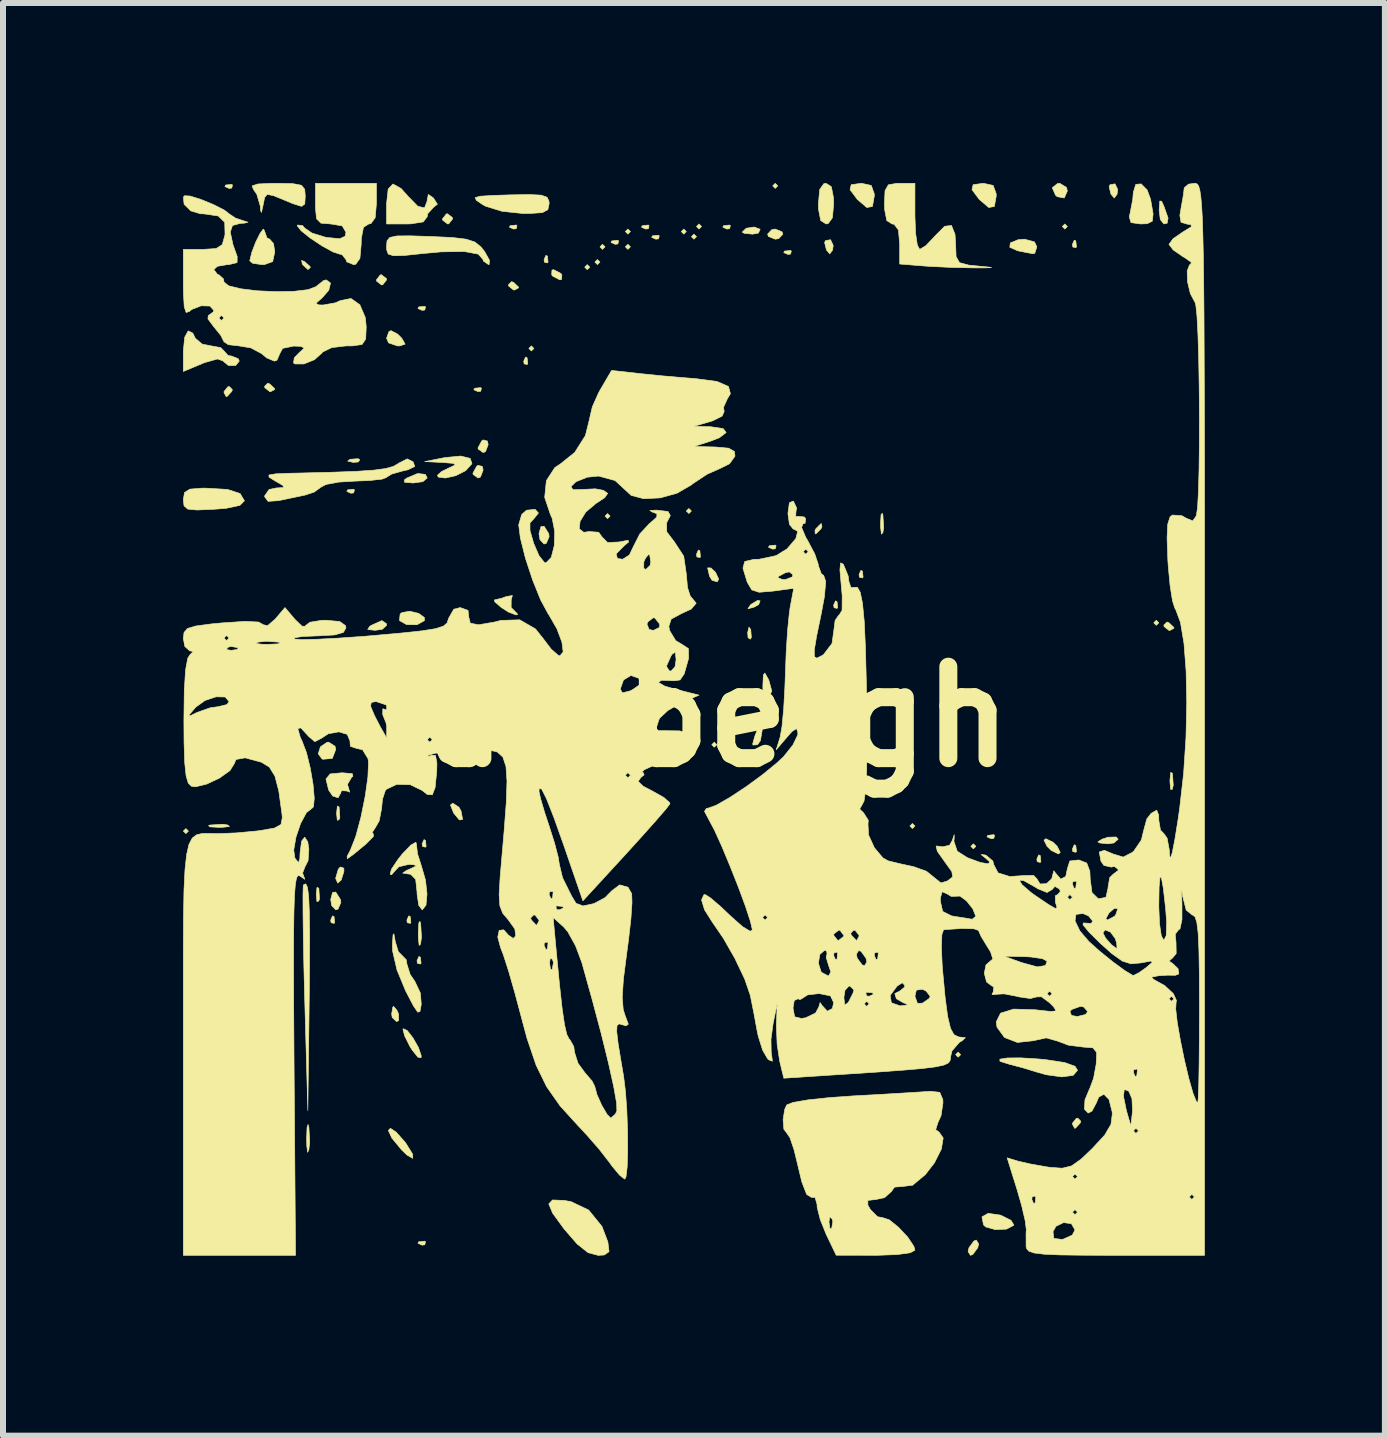
<source format=kicad_pcb>
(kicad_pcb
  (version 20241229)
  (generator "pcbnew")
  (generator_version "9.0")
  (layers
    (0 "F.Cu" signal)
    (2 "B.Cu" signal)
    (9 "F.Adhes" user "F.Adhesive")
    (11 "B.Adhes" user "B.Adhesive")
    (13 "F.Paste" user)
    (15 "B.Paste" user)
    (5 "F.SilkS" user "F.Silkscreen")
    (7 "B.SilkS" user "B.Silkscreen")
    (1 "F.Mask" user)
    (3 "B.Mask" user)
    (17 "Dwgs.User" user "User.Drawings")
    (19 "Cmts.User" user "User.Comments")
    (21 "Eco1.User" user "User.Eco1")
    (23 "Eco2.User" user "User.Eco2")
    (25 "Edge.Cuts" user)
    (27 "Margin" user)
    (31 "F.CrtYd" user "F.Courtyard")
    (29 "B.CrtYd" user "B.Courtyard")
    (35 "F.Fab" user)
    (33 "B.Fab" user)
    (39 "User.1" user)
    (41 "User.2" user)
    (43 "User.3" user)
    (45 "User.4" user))
  (footprint "lumbergh"
    (layer "F.Cu")
    (at 8.472 8.895)
    (property "Reference" "lumbergh" (at 0 0 0) (layer "F.SilkS") (effects (font (size 1.524 1.524) (thickness 0.3))))
    (attr through_hole)
    (fp_poly (pts (xy -8.382 1.905) (xy -8.424 1.947) (xy -8.467 1.905) (xy -8.424 1.863) (xy -8.382 1.905)) (stroke (width 0.01) (type solid)) (fill yes) (layer "F.SilkS"))
    (fp_poly (pts (xy -2.625 -6.138) (xy -2.667 -6.096) (xy -2.709 -6.138) (xy -2.667 -6.181) (xy -2.625 -6.138)) (stroke (width 0.01) (type solid)) (fill yes) (layer "F.SilkS"))
    (fp_poly (pts (xy -1.693 -7.493) (xy -1.736 -7.451) (xy -1.778 -7.493) (xy -1.736 -7.535) (xy -1.693 -7.493)) (stroke (width 0.01) (type solid)) (fill yes) (layer "F.SilkS"))
    (fp_poly (pts (xy -1.524 -7.578) (xy -1.566 -7.535) (xy -1.609 -7.578) (xy -1.566 -7.62) (xy -1.524 -7.578)) (stroke (width 0.01) (type solid)) (fill yes) (layer "F.SilkS"))
    (fp_poly (pts (xy -1.439 -7.832) (xy -1.482 -7.789) (xy -1.524 -7.832) (xy -1.482 -7.874) (xy -1.439 -7.832)) (stroke (width 0.01) (type solid)) (fill yes) (layer "F.SilkS"))
    (fp_poly (pts (xy -1.355 -3.344) (xy -1.397 -3.302) (xy -1.439 -3.344) (xy -1.397 -3.387) (xy -1.355 -3.344)) (stroke (width 0.01) (type solid)) (fill yes) (layer "F.SilkS"))
    (fp_poly (pts (xy -1.016 -8.086) (xy -1.058 -8.043) (xy -1.101 -8.086) (xy -1.058 -8.128) (xy -1.016 -8.086)) (stroke (width 0.01) (type solid)) (fill yes) (layer "F.SilkS"))
    (fp_poly (pts (xy -1.016 -7.832) (xy -1.058 -7.789) (xy -1.101 -7.832) (xy -1.058 -7.874) (xy -1.016 -7.832)) (stroke (width 0.01) (type solid)) (fill yes) (layer "F.SilkS"))
    (fp_poly (pts (xy -0.085 -8.086) (xy -0.127 -8.043) (xy -0.169 -8.086) (xy -0.127 -8.128) (xy -0.085 -8.086)) (stroke (width 0.01) (type solid)) (fill yes) (layer "F.SilkS"))
    (fp_poly (pts (xy 0 -3.429) (xy -0.042 -3.387) (xy -0.085 -3.429) (xy -0.042 -3.471) (xy 0 -3.429)) (stroke (width 0.01) (type solid)) (fill yes) (layer "F.SilkS"))
    (fp_poly (pts (xy 0.085 -8.001) (xy 0.042 -7.959) (xy 0 -8.001) (xy 0.042 -8.043) (xy 0.085 -8.001)) (stroke (width 0.01) (type solid)) (fill yes) (layer "F.SilkS"))
    (fp_poly (pts (xy 0.169 -8.17) (xy 0.127 -8.128) (xy 0.085 -8.17) (xy 0.127 -8.213) (xy 0.169 -8.17)) (stroke (width 0.01) (type solid)) (fill yes) (layer "F.SilkS"))
    (fp_poly (pts (xy 0.423 0.466) (xy 0.381 0.508) (xy 0.339 0.466) (xy 0.381 0.423) (xy 0.423 0.466)) (stroke (width 0.01) (type solid)) (fill yes) (layer "F.SilkS"))
    (fp_poly (pts (xy 1.439 -8.848) (xy 1.397 -8.805) (xy 1.355 -8.848) (xy 1.397 -8.89) (xy 1.439 -8.848)) (stroke (width 0.01) (type solid)) (fill yes) (layer "F.SilkS"))
    (fp_poly (pts (xy 3.725 1.82) (xy 3.683 1.863) (xy 3.641 1.82) (xy 3.683 1.778) (xy 3.725 1.82)) (stroke (width 0.01) (type solid)) (fill yes) (layer "F.SilkS"))
    (fp_poly (pts (xy 4.487 5.63) (xy 4.445 5.673) (xy 4.403 5.63) (xy 4.445 5.588) (xy 4.487 5.63)) (stroke (width 0.01) (type solid)) (fill yes) (layer "F.SilkS"))
    (fp_poly (pts (xy 4.741 2.159) (xy 4.699 2.201) (xy 4.657 2.159) (xy 4.699 2.117) (xy 4.741 2.159)) (stroke (width 0.01) (type solid)) (fill yes) (layer "F.SilkS"))
    (fp_poly (pts (xy 6.265 -8.17) (xy 6.223 -8.128) (xy 6.181 -8.17) (xy 6.223 -8.213) (xy 6.265 -8.17)) (stroke (width 0.01) (type solid)) (fill yes) (layer "F.SilkS"))
    (fp_poly (pts (xy 7.789 -1.566) (xy 7.747 -1.524) (xy 7.705 -1.566) (xy 7.747 -1.609) (xy 7.789 -1.566)) (stroke (width 0.01) (type solid)) (fill yes) (layer "F.SilkS"))
    (fp_poly (pts (xy -7.648 -8.862) (xy -7.66 -8.811) (xy -7.705 -8.805) (xy -7.774 -8.836) (xy -7.761 -8.862) (xy -7.661 -8.872) (xy -7.648 -8.862)) (stroke (width 0.01) (type solid)) (fill yes) (layer "F.SilkS"))
    (fp_poly (pts (xy -6.209 2.857) (xy -6.198 3.031) (xy -6.209 3.069) (xy -6.24 3.08) (xy -6.252 2.963) (xy -6.239 2.843) (xy -6.209 2.857)) (stroke (width 0.01) (type solid)) (fill yes) (layer "F.SilkS"))
    (fp_poly (pts (xy -5.955 3.33) (xy -5.945 3.431) (xy -5.955 3.443) (xy -6.005 3.431) (xy -6.011 3.387) (xy -5.98 3.317) (xy -5.955 3.33)) (stroke (width 0.01) (type solid)) (fill yes) (layer "F.SilkS"))
    (fp_poly (pts (xy -5.871 1.503) (xy -5.859 1.676) (xy -5.871 1.714) (xy -5.901 1.725) (xy -5.913 1.609) (xy -5.9 1.488) (xy -5.871 1.503)) (stroke (width 0.01) (type solid)) (fill yes) (layer "F.SilkS"))
    (fp_poly (pts (xy -5.616 -3.782) (xy -5.628 -3.731) (xy -5.673 -3.725) (xy -5.742 -3.756) (xy -5.729 -3.782) (xy -5.629 -3.792) (xy -5.616 -3.782)) (stroke (width 0.01) (type solid)) (fill yes) (layer "F.SilkS"))
    (fp_poly (pts (xy -5.526 -4.284) (xy -5.552 -4.246) (xy -5.637 -4.24) (xy -5.728 -4.261) (xy -5.689 -4.291) (xy -5.556 -4.301) (xy -5.526 -4.284)) (stroke (width 0.01) (type solid)) (fill yes) (layer "F.SilkS"))
    (fp_poly (pts (xy -4.685 3.33) (xy -4.675 3.431) (xy -4.685 3.443) (xy -4.735 3.431) (xy -4.741 3.387) (xy -4.71 3.317) (xy -4.685 3.33)) (stroke (width 0.01) (type solid)) (fill yes) (layer "F.SilkS"))
    (fp_poly (pts (xy -4.516 4.008) (xy -4.505 4.108) (xy -4.516 4.12) (xy -4.566 4.109) (xy -4.572 4.064) (xy -4.541 3.994) (xy -4.516 4.008)) (stroke (width 0.01) (type solid)) (fill yes) (layer "F.SilkS"))
    (fp_poly (pts (xy -4.431 -6.83) (xy -4.443 -6.779) (xy -4.487 -6.773) (xy -4.557 -6.804) (xy -4.544 -6.83) (xy -4.443 -6.84) (xy -4.431 -6.83)) (stroke (width 0.01) (type solid)) (fill yes) (layer "F.SilkS"))
    (fp_poly (pts (xy -4.431 2.06) (xy -4.421 2.161) (xy -4.431 2.173) (xy -4.481 2.161) (xy -4.487 2.117) (xy -4.456 2.047) (xy -4.431 2.06)) (stroke (width 0.01) (type solid)) (fill yes) (layer "F.SilkS"))
    (fp_poly (pts (xy -4.431 8.749) (xy -4.443 8.799) (xy -4.487 8.805) (xy -4.557 8.774) (xy -4.544 8.749) (xy -4.443 8.739) (xy -4.431 8.749)) (stroke (width 0.01) (type solid)) (fill yes) (layer "F.SilkS"))
    (fp_poly (pts (xy -3.5 -5.475) (xy -3.511 -5.425) (xy -3.556 -5.419) (xy -3.626 -5.45) (xy -3.612 -5.475) (xy -3.512 -5.485) (xy -3.5 -5.475)) (stroke (width 0.01) (type solid)) (fill yes) (layer "F.SilkS"))
    (fp_poly (pts (xy -2.907 -8.184) (xy -2.919 -8.134) (xy -2.963 -8.128) (xy -3.033 -8.159) (xy -3.02 -8.184) (xy -2.919 -8.195) (xy -2.907 -8.184)) (stroke (width 0.01) (type solid)) (fill yes) (layer "F.SilkS"))
    (fp_poly (pts (xy -2.738 -5.983) (xy -2.727 -5.883) (xy -2.738 -5.87) (xy -2.788 -5.882) (xy -2.794 -5.927) (xy -2.763 -5.996) (xy -2.738 -5.983)) (stroke (width 0.01) (type solid)) (fill yes) (layer "F.SilkS"))
    (fp_poly (pts (xy -2.399 -7.676) (xy -2.389 -7.576) (xy -2.399 -7.564) (xy -2.449 -7.575) (xy -2.455 -7.62) (xy -2.424 -7.69) (xy -2.399 -7.676)) (stroke (width 0.01) (type solid)) (fill yes) (layer "F.SilkS"))
    (fp_poly (pts (xy -1.214 -7.93) (xy -1.225 -7.88) (xy -1.27 -7.874) (xy -1.34 -7.905) (xy -1.326 -7.93) (xy -1.226 -7.941) (xy -1.214 -7.93)) (stroke (width 0.01) (type solid)) (fill yes) (layer "F.SilkS"))
    (fp_poly (pts (xy -0.706 -8.184) (xy -0.717 -8.134) (xy -0.762 -8.128) (xy -0.832 -8.159) (xy -0.818 -8.184) (xy -0.718 -8.195) (xy -0.706 -8.184)) (stroke (width 0.01) (type solid)) (fill yes) (layer "F.SilkS"))
    (fp_poly (pts (xy -0.536 -8.015) (xy -0.548 -7.965) (xy -0.593 -7.959) (xy -0.662 -7.99) (xy -0.649 -8.015) (xy -0.549 -8.025) (xy -0.536 -8.015)) (stroke (width 0.01) (type solid)) (fill yes) (layer "F.SilkS"))
    (fp_poly (pts (xy 0.141 -2.766) (xy 0.151 -2.665) (xy 0.141 -2.653) (xy 0.091 -2.665) (xy 0.085 -2.709) (xy 0.116 -2.779) (xy 0.141 -2.766)) (stroke (width 0.01) (type solid)) (fill yes) (layer "F.SilkS"))
    (fp_poly (pts (xy 0.649 -8.184) (xy 0.637 -8.134) (xy 0.593 -8.128) (xy 0.523 -8.159) (xy 0.536 -8.184) (xy 0.637 -8.195) (xy 0.649 -8.184)) (stroke (width 0.01) (type solid)) (fill yes) (layer "F.SilkS"))
    (fp_poly (pts (xy 0.989 -1.455) (xy 0.999 -1.323) (xy 0.982 -1.293) (xy 0.944 -1.318) (xy 0.938 -1.404) (xy 0.959 -1.494) (xy 0.989 -1.455)) (stroke (width 0.01) (type solid)) (fill yes) (layer "F.SilkS"))
    (fp_poly (pts (xy 1.411 -2.85) (xy 1.399 -2.8) (xy 1.355 -2.794) (xy 1.285 -2.825) (xy 1.298 -2.85) (xy 1.399 -2.861) (xy 1.411 -2.85)) (stroke (width 0.01) (type solid)) (fill yes) (layer "F.SilkS"))
    (fp_poly (pts (xy 1.665 -7.761) (xy 1.653 -7.711) (xy 1.609 -7.705) (xy 1.539 -7.736) (xy 1.552 -7.761) (xy 1.653 -7.771) (xy 1.665 -7.761)) (stroke (width 0.01) (type solid)) (fill yes) (layer "F.SilkS"))
    (fp_poly (pts (xy 2.427 -1.919) (xy 2.437 -1.819) (xy 2.427 -1.806) (xy 2.377 -1.818) (xy 2.371 -1.863) (xy 2.402 -1.932) (xy 2.427 -1.919)) (stroke (width 0.01) (type solid)) (fill yes) (layer "F.SilkS"))
    (fp_poly (pts (xy 2.85 -2.427) (xy 2.861 -2.327) (xy 2.85 -2.314) (xy 2.8 -2.326) (xy 2.794 -2.371) (xy 2.825 -2.44) (xy 2.85 -2.427)) (stroke (width 0.01) (type solid)) (fill yes) (layer "F.SilkS"))
    (fp_poly (pts (xy 5.052 1.976) (xy 5.04 2.026) (xy 4.995 2.032) (xy 4.926 2.001) (xy 4.939 1.976) (xy 5.039 1.965) (xy 5.052 1.976)) (stroke (width 0.01) (type solid)) (fill yes) (layer "F.SilkS"))
    (fp_poly (pts (xy 5.814 2.314) (xy 5.824 2.415) (xy 5.814 2.427) (xy 5.763 2.415) (xy 5.757 2.371) (xy 5.788 2.301) (xy 5.814 2.314)) (stroke (width 0.01) (type solid)) (fill yes) (layer "F.SilkS"))
    (fp_poly (pts (xy 6.406 -7.93) (xy 6.417 -7.83) (xy 6.406 -7.818) (xy 6.356 -7.829) (xy 6.35 -7.874) (xy 6.381 -7.944) (xy 6.406 -7.93)) (stroke (width 0.01) (type solid)) (fill yes) (layer "F.SilkS"))
    (fp_poly (pts (xy 6.406 2.145) (xy 6.417 2.245) (xy 6.406 2.258) (xy 6.356 2.246) (xy 6.35 2.201) (xy 6.381 2.132) (xy 6.406 2.145)) (stroke (width 0.01) (type solid)) (fill yes) (layer "F.SilkS"))
    (fp_poly (pts (xy -6.448 -7.586) (xy -6.358 -7.507) (xy -6.35 -7.488) (xy -6.39 -7.453) (xy -6.474 -7.531) (xy -6.485 -7.548) (xy -6.495 -7.606) (xy -6.448 -7.586)) (stroke (width 0.01) (type solid)) (fill yes) (layer "F.SilkS"))
    (fp_poly (pts (xy -3.874 1.507) (xy -3.839 1.57) (xy -3.812 1.712) (xy -3.867 1.719) (xy -3.962 1.605) (xy -4.015 1.471) (xy -3.977 1.439) (xy -3.874 1.507)) (stroke (width 0.01) (type solid)) (fill yes) (layer "F.SilkS"))
    (fp_poly (pts (xy 0.326 -2.48) (xy 0.401 -2.409) (xy 0.455 -2.294) (xy 0.431 -2.249) (xy 0.344 -2.274) (xy 0.303 -2.341) (xy 0.27 -2.482) (xy 0.326 -2.48)) (stroke (width 0.01) (type solid)) (fill yes) (layer "F.SilkS"))
    (fp_poly (pts (xy 1.145 -1.931) (xy 1.12 -1.868) (xy 1.041 -1.826) (xy 0.942 -1.8) (xy 0.982 -1.862) (xy 0.993 -1.873) (xy 1.104 -1.94) (xy 1.145 -1.931)) (stroke (width 0.01) (type solid)) (fill yes) (layer "F.SilkS"))
    (fp_poly (pts (xy 2.363 -7.856) (xy 2.353 -7.778) (xy 2.306 -7.714) (xy 2.251 -7.778) (xy 2.22 -7.903) (xy 2.235 -7.936) (xy 2.319 -7.95) (xy 2.363 -7.856)) (stroke (width 0.01) (type solid)) (fill yes) (layer "F.SilkS"))
    (fp_poly (pts (xy 7.104 -8.788) (xy 7.094 -8.709) (xy 7.047 -8.645) (xy 6.992 -8.709) (xy 6.961 -8.834) (xy 6.977 -8.867) (xy 7.06 -8.881) (xy 7.104 -8.788)) (stroke (width 0.01) (type solid)) (fill yes) (layer "F.SilkS"))
    (fp_poly (pts (xy -7.726 1.804) (xy -7.699 1.829) (xy -7.817 1.842) (xy -7.874 1.843) (xy -8.028 1.834) (xy -8.046 1.812) (xy -8.022 1.804) (xy -7.807 1.791) (xy -7.726 1.804)) (stroke (width 0.01) (type solid)) (fill yes) (layer "F.SilkS"))
    (fp_poly (pts (xy -7.649 -5.451) (xy -7.662 -5.419) (xy -7.738 -5.338) (xy -7.752 -5.334) (xy -7.788 -5.4) (xy -7.789 -5.419) (xy -7.724 -5.5) (xy -7.7 -5.503) (xy -7.649 -5.451)) (stroke (width 0.01) (type solid)) (fill yes) (layer "F.SilkS"))
    (fp_poly (pts (xy -7.027 -5.546) (xy -6.947 -5.47) (xy -6.943 -5.456) (xy -7.008 -5.42) (xy -7.027 -5.419) (xy -7.109 -5.484) (xy -7.112 -5.508) (xy -7.06 -5.559) (xy -7.027 -5.546)) (stroke (width 0.01) (type solid)) (fill yes) (layer "F.SilkS"))
    (fp_poly (pts (xy -6.375 6.837) (xy -6.361 7.084) (xy -6.375 7.218) (xy -6.396 7.258) (xy -6.409 7.152) (xy -6.412 7.027) (xy -6.405 6.844) (xy -6.388 6.794) (xy -6.375 6.837)) (stroke (width 0.01) (type solid)) (fill yes) (layer "F.SilkS"))
    (fp_poly (pts (xy -5.849 3.044) (xy -5.842 3.095) (xy -5.889 3.205) (xy -5.927 3.217) (xy -5.995 3.146) (xy -6.011 3.043) (xy -5.979 2.926) (xy -5.927 2.921) (xy -5.849 3.044)) (stroke (width 0.01) (type solid)) (fill yes) (layer "F.SilkS"))
    (fp_poly (pts (xy -5.792 2.523) (xy -5.791 2.579) (xy -5.836 2.72) (xy -5.894 2.771) (xy -5.926 2.7) (xy -5.927 2.686) (xy -5.884 2.539) (xy -5.849 2.502) (xy -5.792 2.523)) (stroke (width 0.01) (type solid)) (fill yes) (layer "F.SilkS"))
    (fp_poly (pts (xy -5.083 -1.552) (xy -5.08 -1.524) (xy -5.152 -1.458) (xy -5.271 -1.441) (xy -5.394 -1.454) (xy -5.364 -1.504) (xy -5.334 -1.524) (xy -5.159 -1.603) (xy -5.083 -1.552)) (stroke (width 0.01) (type solid)) (fill yes) (layer "F.SilkS"))
    (fp_poly (pts (xy -5.082 -7.302) (xy -5.08 -7.281) (xy -5.144 -7.199) (xy -5.165 -7.197) (xy -5.247 -7.261) (xy -5.249 -7.281) (xy -5.185 -7.364) (xy -5.165 -7.366) (xy -5.082 -7.302)) (stroke (width 0.01) (type solid)) (fill yes) (layer "F.SilkS"))
    (fp_poly (pts (xy -4.907 4.892) (xy -4.88 4.953) (xy -4.878 5.062) (xy -4.913 5.08) (xy -4.986 5.011) (xy -4.995 4.953) (xy -4.977 4.84) (xy -4.962 4.826) (xy -4.907 4.892)) (stroke (width 0.01) (type solid)) (fill yes) (layer "F.SilkS"))
    (fp_poly (pts (xy -4.512 3.451) (xy -4.498 3.672) (xy -4.514 3.79) (xy -4.537 3.81) (xy -4.55 3.688) (xy -4.551 3.598) (xy -4.542 3.434) (xy -4.523 3.409) (xy -4.512 3.451)) (stroke (width 0.01) (type solid)) (fill yes) (layer "F.SilkS"))
    (fp_poly (pts (xy -4.433 -4.04) (xy -4.403 -3.979) (xy -4.476 -3.918) (xy -4.636 -3.896) (xy -4.783 -3.909) (xy -4.779 -3.952) (xy -4.741 -3.979) (xy -4.562 -4.054) (xy -4.433 -4.04)) (stroke (width 0.01) (type solid)) (fill yes) (layer "F.SilkS"))
    (fp_poly (pts (xy -3.982 -8.318) (xy -3.979 -8.297) (xy -4.044 -8.215) (xy -4.064 -8.213) (xy -4.146 -8.277) (xy -4.149 -8.297) (xy -4.084 -8.38) (xy -4.064 -8.382) (xy -3.982 -8.318)) (stroke (width 0.01) (type solid)) (fill yes) (layer "F.SilkS"))
    (fp_poly (pts (xy -3.484 -4.172) (xy -3.471 -4.111) (xy -3.516 -3.995) (xy -3.556 -3.979) (xy -3.638 -4.04) (xy -3.641 -4.059) (xy -3.579 -4.174) (xy -3.556 -4.191) (xy -3.484 -4.172)) (stroke (width 0.01) (type solid)) (fill yes) (layer "F.SilkS"))
    (fp_poly (pts (xy -3.399 -4.595) (xy -3.387 -4.535) (xy -3.431 -4.419) (xy -3.471 -4.403) (xy -3.554 -4.463) (xy -3.556 -4.482) (xy -3.494 -4.597) (xy -3.471 -4.614) (xy -3.399 -4.595)) (stroke (width 0.01) (type solid)) (fill yes) (layer "F.SilkS"))
    (fp_poly (pts (xy -2.963 -7.239) (xy -2.883 -7.163) (xy -2.879 -7.149) (xy -2.944 -7.113) (xy -2.963 -7.112) (xy -3.045 -7.177) (xy -3.048 -7.202) (xy -2.996 -7.252) (xy -2.963 -7.239)) (stroke (width 0.01) (type solid)) (fill yes) (layer "F.SilkS"))
    (fp_poly (pts (xy -2.377 -3.052) (xy -2.371 -3.001) (xy -2.418 -2.891) (xy -2.455 -2.879) (xy -2.523 -2.95) (xy -2.54 -3.053) (xy -2.507 -3.17) (xy -2.455 -3.175) (xy -2.377 -3.052)) (stroke (width 0.01) (type solid)) (fill yes) (layer "F.SilkS"))
    (fp_poly (pts (xy -2.176 -7.389) (xy -2.159 -7.366) (xy -2.163 -7.288) (xy -2.191 -7.281) (xy -2.311 -7.343) (xy -2.328 -7.366) (xy -2.324 -7.444) (xy -2.296 -7.451) (xy -2.176 -7.389)) (stroke (width 0.01) (type solid)) (fill yes) (layer "F.SilkS"))
    (fp_poly (pts (xy 1.145 -8.125) (xy 1.145 -8.124) (xy 1.117 -8.061) (xy 1.021 -8.043) (xy 0.88 -8.057) (xy 0.847 -8.077) (xy 0.913 -8.141) (xy 1.046 -8.162) (xy 1.145 -8.125)) (stroke (width 0.01) (type solid)) (fill yes) (layer "F.SilkS"))
    (fp_poly (pts (xy 1.51 -8.082) (xy 1.524 -8.043) (xy 1.455 -7.968) (xy 1.397 -7.959) (xy 1.284 -8.004) (xy 1.27 -8.043) (xy 1.339 -8.118) (xy 1.397 -8.128) (xy 1.51 -8.082)) (stroke (width 0.01) (type solid)) (fill yes) (layer "F.SilkS"))
    (fp_poly (pts (xy 2.175 -3.163) (xy 2.159 -3.133) (xy 2.079 -3.052) (xy 2.064 -3.048) (xy 2.059 -3.103) (xy 2.074 -3.133) (xy 2.154 -3.214) (xy 2.169 -3.217) (xy 2.175 -3.163)) (stroke (width 0.01) (type solid)) (fill yes) (layer "F.SilkS"))
    (fp_poly (pts (xy 3.191 -3.365) (xy 3.204 -3.151) (xy 3.191 -3.069) (xy 3.166 -3.043) (xy 3.153 -3.16) (xy 3.152 -3.217) (xy 3.161 -3.371) (xy 3.183 -3.39) (xy 3.191 -3.365)) (stroke (width 0.01) (type solid)) (fill yes) (layer "F.SilkS"))
    (fp_poly (pts (xy 4.787 8.783) (xy 4.772 8.848) (xy 4.69 8.96) (xy 4.65 8.975) (xy 4.611 8.912) (xy 4.626 8.848) (xy 4.708 8.736) (xy 4.748 8.721) (xy 4.787 8.783)) (stroke (width 0.01) (type solid)) (fill yes) (layer "F.SilkS"))
    (fp_poly (pts (xy 6.026 2.09) (xy 6.096 2.159) (xy 6.147 2.261) (xy 6.117 2.286) (xy 5.997 2.228) (xy 5.927 2.159) (xy 5.876 2.057) (xy 5.906 2.032) (xy 6.026 2.09)) (stroke (width 0.01) (type solid)) (fill yes) (layer "F.SilkS"))
    (fp_poly (pts (xy 6.251 -8.822) (xy 6.265 -8.763) (xy 6.214 -8.646) (xy 6.097 -8.667) (xy 6.068 -8.692) (xy 6.014 -8.816) (xy 6.102 -8.887) (xy 6.138 -8.89) (xy 6.251 -8.822)) (stroke (width 0.01) (type solid)) (fill yes) (layer "F.SilkS"))
    (fp_poly (pts (xy 6.49 6.741) (xy 6.477 6.773) (xy 6.401 6.854) (xy 6.387 6.858) (xy 6.351 6.792) (xy 6.35 6.773) (xy 6.415 6.692) (xy 6.44 6.689) (xy 6.49 6.741)) (stroke (width 0.01) (type solid)) (fill yes) (layer "F.SilkS"))
    (fp_poly (pts (xy 7.112 2.04) (xy 7.041 2.102) (xy 6.943 2.117) (xy 6.805 2.103) (xy 6.773 2.084) (xy 6.843 2.04) (xy 6.943 2.007) (xy 7.078 2.003) (xy 7.112 2.04)) (stroke (width 0.01) (type solid)) (fill yes) (layer "F.SilkS"))
    (fp_poly (pts (xy 7.836 -8.591) (xy 7.874 -8.509) (xy 7.944 -8.311) (xy 7.928 -8.225) (xy 7.874 -8.213) (xy 7.814 -8.286) (xy 7.795 -8.445) (xy 7.806 -8.596) (xy 7.836 -8.591)) (stroke (width 0.01) (type solid)) (fill yes) (layer "F.SilkS"))
    (fp_poly (pts (xy 7.959 -1.566) (xy 8.039 -1.49) (xy 8.043 -1.477) (xy 7.978 -1.44) (xy 7.959 -1.439) (xy 7.877 -1.504) (xy 7.874 -1.529) (xy 7.926 -1.58) (xy 7.959 -1.566)) (stroke (width 0.01) (type solid)) (fill yes) (layer "F.SilkS"))
    (fp_poly (pts (xy 8.013 0.94) (xy 8.017 0.954) (xy 8.03 1.139) (xy 8.014 1.208) (xy 7.986 1.211) (xy 7.975 1.078) (xy 7.975 1.058) (xy 7.987 0.927) (xy 8.013 0.94)) (stroke (width 0.01) (type solid)) (fill yes) (layer "F.SilkS"))
    (fp_poly (pts (xy -5.939 0.491) (xy -5.927 0.545) (xy -5.984 0.694) (xy -6.138 0.708) (xy -6.155 0.703) (xy -6.219 0.617) (xy -6.181 0.499) (xy -6.073 0.426) (xy -6.045 0.423) (xy -5.939 0.491)) (stroke (width 0.01) (type solid)) (fill yes) (layer "F.SilkS"))
    (fp_poly (pts (xy -5.076 -0.113) (xy -4.995 0.005) (xy -4.935 0.155) (xy -4.929 0.267) (xy -4.982 0.266) (xy -5.071 0.144) (xy -5.076 0.135) (xy -5.144 -0.036) (xy -5.143 -0.134) (xy -5.076 -0.113)) (stroke (width 0.01) (type solid)) (fill yes) (layer "F.SilkS"))
    (fp_poly (pts (xy -4.895 -6.377) (xy -4.826 -6.308) (xy -4.771 -6.21) (xy -4.859 -6.181) (xy -4.9 -6.181) (xy -5.046 -6.231) (xy -5.08 -6.308) (xy -5.04 -6.42) (xy -5.006 -6.435) (xy -4.895 -6.377)) (stroke (width 0.01) (type solid)) (fill yes) (layer "F.SilkS"))
    (fp_poly (pts (xy -4.546 -1.724) (xy -4.45 -1.654) (xy -4.449 -1.603) (xy -4.572 -1.534) (xy -4.746 -1.536) (xy -4.865 -1.603) (xy -4.854 -1.711) (xy -4.827 -1.735) (xy -4.695 -1.759) (xy -4.546 -1.724)) (stroke (width 0.01) (type solid)) (fill yes) (layer "F.SilkS"))
    (fp_poly (pts (xy 1.176 0.14) (xy 1.179 0.228) (xy 1.15 0.398) (xy 1.101 0.466) (xy 1.026 0.471) (xy 1.022 0.449) (xy 1.057 0.323) (xy 1.101 0.212) (xy 1.157 0.096) (xy 1.176 0.14)) (stroke (width 0.01) (type solid)) (fill yes) (layer "F.SilkS"))
    (fp_poly (pts (xy 1.283 -0.625) (xy 1.29 -0.611) (xy 1.34 -0.428) (xy 1.284 -0.319) (xy 1.218 -0.29) (xy 1.192 -0.397) (xy 1.191 -0.512) (xy 1.199 -0.697) (xy 1.224 -0.729) (xy 1.283 -0.625)) (stroke (width 0.01) (type solid)) (fill yes) (layer "F.SilkS"))
    (fp_poly (pts (xy -4.922 6.92) (xy -4.785 7.073) (xy -4.755 7.112) (xy -4.644 7.291) (xy -4.644 7.359) (xy -4.743 7.301) (xy -4.833 7.213) (xy -4.992 7.02) (xy -5.051 6.893) (xy -5.016 6.858) (xy -4.922 6.92)) (stroke (width 0.01) (type solid)) (fill yes) (layer "F.SilkS"))
    (fp_poly (pts (xy 2.997 -8.855) (xy 3.047 -8.717) (xy 3.048 -8.678) (xy 3.017 -8.504) (xy 2.923 -8.487) (xy 2.765 -8.622) (xy 2.644 -8.784) (xy 2.663 -8.867) (xy 2.83 -8.89) (xy 2.836 -8.89) (xy 2.997 -8.855)) (stroke (width 0.01) (type solid)) (fill yes) (layer "F.SilkS"))
    (fp_poly (pts (xy 5.029 -8.855) (xy 5.079 -8.717) (xy 5.08 -8.678) (xy 5.049 -8.504) (xy 4.955 -8.487) (xy 4.797 -8.622) (xy 4.676 -8.784) (xy 4.695 -8.867) (xy 4.862 -8.89) (xy 4.868 -8.89) (xy 5.029 -8.855)) (stroke (width 0.01) (type solid)) (fill yes) (layer "F.SilkS"))
    (fp_poly (pts (xy 5.717 -7.914) (xy 5.757 -7.832) (xy 5.723 -7.726) (xy 5.694 -7.716) (xy 5.567 -7.74) (xy 5.439 -7.765) (xy 5.306 -7.824) (xy 5.315 -7.897) (xy 5.447 -7.951) (xy 5.551 -7.959) (xy 5.717 -7.914)) (stroke (width 0.01) (type solid)) (fill yes) (layer "F.SilkS"))
    (fp_poly (pts (xy -4.737 5.227) (xy -4.64 5.351) (xy -4.549 5.511) (xy -4.503 5.647) (xy -4.504 5.681) (xy -4.558 5.672) (xy -4.658 5.547) (xy -4.687 5.501) (xy -4.779 5.318) (xy -4.807 5.207) (xy -4.803 5.198) (xy -4.737 5.227)) (stroke (width 0.01) (type solid)) (fill yes) (layer "F.SilkS"))
    (fp_poly (pts (xy 5.148 8.304) (xy 5.166 8.311) (xy 5.326 8.392) (xy 5.374 8.47) (xy 5.371 8.475) (xy 5.251 8.538) (xy 5.064 8.546) (xy 4.904 8.501) (xy 4.868 8.467) (xy 4.842 8.334) (xy 4.945 8.275) (xy 5.148 8.304)) (stroke (width 0.01) (type solid)) (fill yes) (layer "F.SilkS"))
    (fp_poly (pts (xy -3.003 -1.952) (xy -3.004 -1.82) (xy -2.953 -1.77) (xy -2.894 -1.708) (xy -2.921 -1.697) (xy -3.049 -1.745) (xy -3.17 -1.823) (xy -3.276 -1.916) (xy -3.283 -1.947) (xy -3.168 -1.974) (xy -3.083 -2.004) (xy -2.983 -2.021) (xy -3.003 -1.952)) (stroke (width 0.01) (type solid)) (fill yes) (layer "F.SilkS"))
    (fp_poly (pts (xy 2.332 -8.834) (xy 2.368 -8.649) (xy 2.371 -8.551) (xy 2.35 -8.316) (xy 2.28 -8.219) (xy 2.244 -8.213) (xy 2.155 -8.269) (xy 2.119 -8.454) (xy 2.117 -8.551) (xy 2.138 -8.787) (xy 2.207 -8.884) (xy 2.244 -8.89) (xy 2.332 -8.834)) (stroke (width 0.01) (type solid)) (fill yes) (layer "F.SilkS"))
    (fp_poly (pts (xy 7.595 -8.779) (xy 7.652 -8.625) (xy 7.694 -8.381) (xy 7.681 -8.259) (xy 7.595 -8.217) (xy 7.483 -8.213) (xy 7.326 -8.235) (xy 7.297 -8.33) (xy 7.313 -8.403) (xy 7.355 -8.623) (xy 7.365 -8.742) (xy 7.406 -8.873) (xy 7.496 -8.88) (xy 7.595 -8.779)) (stroke (width 0.01) (type solid)) (fill yes) (layer "F.SilkS"))
    (fp_poly (pts (xy -7.118 -8.107) (xy -7.073 -7.981) (xy -7.027 -7.959) (xy -6.964 -7.886) (xy -6.943 -7.747) (xy -6.978 -7.586) (xy -7.115 -7.536) (xy -7.154 -7.535) (xy -7.311 -7.557) (xy -7.36 -7.599) (xy -7.325 -7.742) (xy -7.26 -7.911) (xy -7.188 -8.056) (xy -7.134 -8.128) (xy -7.118 -8.107)) (stroke (width 0.01) (type solid)) (fill yes) (layer "F.SilkS"))
    (fp_poly (pts (xy -2.119 8.06) (xy -2.006 8.08) (xy -1.712 8.22) (xy -1.49 8.494) (xy -1.392 8.752) (xy -1.372 8.913) (xy -1.452 8.969) (xy -1.555 8.975) (xy -1.721 8.931) (xy -1.905 8.785) (xy -2.123 8.533) (xy -2.312 8.273) (xy -2.377 8.118) (xy -2.314 8.052) (xy -2.119 8.06)) (stroke (width 0.01) (type solid)) (fill yes) (layer "F.SilkS"))
    (fp_poly (pts (xy -7.732 -3.789) (xy -7.522 -3.721) (xy -7.451 -3.604) (xy -7.451 -3.597) (xy -7.525 -3.523) (xy -7.755 -3.474) (xy -7.959 -3.458) (xy -8.24 -3.446) (xy -8.393 -3.461) (xy -8.455 -3.515) (xy -8.467 -3.619) (xy -8.447 -3.738) (xy -8.357 -3.794) (xy -8.152 -3.81) (xy -8.093 -3.81) (xy -7.732 -3.789)) (stroke (width 0.01) (type solid)) (fill yes) (layer "F.SilkS"))
    (fp_poly (pts (xy -6.398 2.843) (xy -6.378 2.994) (xy -6.367 3.253) (xy -6.362 3.636) (xy -6.364 4.159) (xy -6.369 4.708) (xy -6.392 6.562) (xy -6.444 4.699) (xy -6.458 4.155) (xy -6.467 3.671) (xy -6.472 3.271) (xy -6.473 2.98) (xy -6.469 2.822) (xy -6.465 2.801) (xy -6.427 2.784) (xy -6.398 2.843)) (stroke (width 0.01) (type solid)) (fill yes) (layer "F.SilkS"))
    (fp_poly (pts (xy -5.65 0.948) (xy -5.641 0.992) (xy -5.662 1.008) (xy -5.732 1.126) (xy -5.713 1.189) (xy -5.694 1.256) (xy -5.744 1.236) (xy -5.831 1.231) (xy -5.842 1.265) (xy -5.887 1.35) (xy -5.978 1.32) (xy -6.045 1.221) (xy -6.09 1.037) (xy -6.019 0.952) (xy -5.821 0.933) (xy -5.65 0.948)) (stroke (width 0.01) (type solid)) (fill yes) (layer "F.SilkS"))
    (fp_poly (pts (xy 5.791 5.703) (xy 5.897 5.713) (xy 6.22 5.762) (xy 6.393 5.824) (xy 6.435 5.891) (xy 6.362 5.976) (xy 6.173 6.001) (xy 5.911 5.965) (xy 5.757 5.921) (xy 5.511 5.846) (xy 5.292 5.789) (xy 5.142 5.741) (xy 5.14 5.706) (xy 5.262 5.686) (xy 5.486 5.684) (xy 5.791 5.703)) (stroke (width 0.01) (type solid)) (fill yes) (layer "F.SilkS"))
    (fp_poly (pts (xy -3.686 -4.306) (xy -3.657 -4.217) (xy -3.763 -4.101) (xy -3.926 -4.018) (xy -4.1 -3.979) (xy -4.217 -3.994) (xy -4.233 -4.024) (xy -4.165 -4.086) (xy -4.043 -4.146) (xy -3.935 -4.197) (xy -3.965 -4.223) (xy -4.147 -4.238) (xy -4.149 -4.238) (xy -4.445 -4.253) (xy -4.106 -4.32) (xy -3.843 -4.345) (xy -3.686 -4.306)) (stroke (width 0.01) (type solid)) (fill yes) (layer "F.SilkS"))
    (fp_poly (pts (xy -2.504 -8.693) (xy -2.405 -8.658) (xy -2.373 -8.591) (xy -2.371 -8.549) (xy -2.392 -8.451) (xy -2.483 -8.402) (xy -2.684 -8.388) (xy -2.815 -8.388) (xy -3.156 -8.424) (xy -3.429 -8.508) (xy -3.48 -8.536) (xy -3.583 -8.607) (xy -3.605 -8.651) (xy -3.522 -8.675) (xy -3.312 -8.688) (xy -3.036 -8.697) (xy -2.702 -8.703) (xy -2.504 -8.693)) (stroke (width 0.01) (type solid)) (fill yes) (layer "F.SilkS"))
    (fp_poly (pts (xy -4.935 3.747) (xy -4.884 3.915) (xy -4.82 3.979) (xy -4.752 4.049) (xy -4.741 4.121) (xy -4.687 4.294) (xy -4.608 4.41) (xy -4.516 4.605) (xy -4.502 4.793) (xy -4.523 4.91) (xy -4.56 4.923) (xy -4.633 4.816) (xy -4.759 4.574) (xy -4.763 4.566) (xy -4.906 4.22) (xy -4.978 3.91) (xy -4.983 3.809) (xy -4.972 3.633) (xy -4.958 3.617) (xy -4.935 3.747)) (stroke (width 0.01) (type solid)) (fill yes) (layer "F.SilkS"))
    (fp_poly (pts (xy -4.837 -8.803) (xy -4.726 -8.678) (xy -4.56 -8.508) (xy -4.447 -8.48) (xy -4.403 -8.596) (xy -4.403 -8.611) (xy -4.384 -8.705) (xy -4.304 -8.65) (xy -4.297 -8.642) (xy -4.233 -8.542) (xy -4.297 -8.491) (xy -4.394 -8.384) (xy -4.403 -8.333) (xy -4.469 -8.247) (xy -4.678 -8.214) (xy -4.741 -8.213) (xy -5.08 -8.213) (xy -5.08 -8.551) (xy -5.053 -8.795) (xy -4.973 -8.879) (xy -4.837 -8.803)) (stroke (width 0.01) (type solid)) (fill yes) (layer "F.SilkS"))
    (fp_poly (pts (xy -8.31 -6.394) (xy -8.267 -6.308) (xy -8.154 -6.211) (xy -8.004 -6.181) (xy -7.843 -6.152) (xy -7.789 -6.096) (xy -7.721 -6.021) (xy -7.662 -6.011) (xy -7.55 -5.966) (xy -7.535 -5.927) (xy -7.596 -5.853) (xy -7.716 -5.854) (xy -7.804 -5.927) (xy -7.805 -5.931) (xy -7.899 -5.963) (xy -8.117 -5.901) (xy -8.15 -5.887) (xy -8.467 -5.755) (xy -8.467 -6.095) (xy -8.444 -6.325) (xy -8.386 -6.431) (xy -8.31 -6.394)) (stroke (width 0.01) (type solid)) (fill yes) (layer "F.SilkS"))
    (fp_poly (pts (xy -6.645 -8.885) (xy -6.5 -8.858) (xy -6.444 -8.791) (xy -6.435 -8.677) (xy -6.443 -8.544) (xy -6.497 -8.506) (xy -6.643 -8.552) (xy -6.741 -8.593) (xy -6.96 -8.683) (xy -7.068 -8.706) (xy -7.112 -8.654) (xy -7.137 -8.53) (xy -7.165 -8.404) (xy -7.18 -8.44) (xy -7.185 -8.513) (xy -7.242 -8.707) (xy -7.298 -8.788) (xy -7.321 -8.847) (xy -7.225 -8.879) (xy -6.988 -8.89) (xy -6.917 -8.89) (xy -6.645 -8.885)) (stroke (width 0.01) (type solid)) (fill yes) (layer "F.SilkS"))
    (fp_poly (pts (xy -4.345 -8.004) (xy -3.984 -7.987) (xy -3.752 -7.959) (xy -3.607 -7.911) (xy -3.508 -7.831) (xy -3.448 -7.756) (xy -3.365 -7.608) (xy -3.371 -7.536) (xy -3.38 -7.535) (xy -3.467 -7.595) (xy -3.471 -7.618) (xy -3.551 -7.71) (xy -3.787 -7.754) (xy -4.171 -7.748) (xy -4.466 -7.721) (xy -4.782 -7.688) (xy -4.965 -7.683) (xy -5.052 -7.711) (xy -5.078 -7.781) (xy -5.08 -7.842) (xy -5.072 -7.933) (xy -5.025 -7.988) (xy -4.908 -8.013) (xy -4.685 -8.015) (xy -4.345 -8.004)) (stroke (width 0.01) (type solid)) (fill yes) (layer "F.SilkS"))
    (fp_poly (pts (xy -4.583 2.117) (xy -4.564 2.284) (xy -4.501 2.482) (xy -4.432 2.718) (xy -4.406 2.955) (xy -4.423 3.14) (xy -4.484 3.217) (xy -4.487 3.217) (xy -4.543 3.143) (xy -4.571 2.96) (xy -4.572 2.921) (xy -4.595 2.71) (xy -4.677 2.625) (xy -4.72 2.619) (xy -4.811 2.605) (xy -4.75 2.562) (xy -4.699 2.54) (xy -4.582 2.484) (xy -4.627 2.465) (xy -4.713 2.461) (xy -4.875 2.499) (xy -4.934 2.561) (xy -4.996 2.632) (xy -5.02 2.624) (xy -4.999 2.541) (xy -4.891 2.379) (xy -4.817 2.285) (xy -4.675 2.138) (xy -4.592 2.091) (xy -4.583 2.117)) (stroke (width 0.01) (type solid)) (fill yes) (layer "F.SilkS"))
    (fp_poly (pts (xy 3.725 -8.34) (xy 3.736 -8.059) (xy 3.765 -7.861) (xy 3.804 -7.789) (xy 3.906 -7.85) (xy 4.045 -7.996) (xy 4.049 -8.001) (xy 4.22 -8.174) (xy 4.334 -8.188) (xy 4.393 -8.041) (xy 4.403 -7.879) (xy 4.411 -7.669) (xy 4.468 -7.568) (xy 4.621 -7.527) (xy 4.763 -7.513) (xy 4.959 -7.494) (xy 5.002 -7.484) (xy 4.886 -7.481) (xy 4.699 -7.481) (xy 4.342 -7.488) (xy 3.969 -7.506) (xy 3.873 -7.513) (xy 3.471 -7.545) (xy 3.471 -7.879) (xy 3.45 -8.112) (xy 3.379 -8.207) (xy 3.344 -8.213) (xy 3.256 -8.269) (xy 3.22 -8.454) (xy 3.217 -8.551) (xy 3.227 -8.768) (xy 3.282 -8.865) (xy 3.417 -8.889) (xy 3.471 -8.89) (xy 3.725 -8.89) (xy 3.725 -8.34)) (stroke (width 0.01) (type solid)) (fill yes) (layer "F.SilkS"))
    (fp_poly (pts (xy -5.249 -8.551) (xy -5.27 -8.316) (xy -5.34 -8.219) (xy -5.376 -8.213) (xy -5.465 -8.157) (xy -5.501 -7.971) (xy -5.503 -7.874) (xy -5.524 -7.639) (xy -5.594 -7.541) (xy -5.63 -7.535) (xy -5.743 -7.581) (xy -5.757 -7.62) (xy -5.822 -7.702) (xy -5.844 -7.705) (xy -5.971 -7.746) (xy -6.155 -7.847) (xy -6.348 -7.975) (xy -6.502 -8.098) (xy -6.569 -8.183) (xy -6.565 -8.195) (xy -6.481 -8.187) (xy -6.444 -8.144) (xy -6.323 -8.061) (xy -6.11 -7.995) (xy -6.068 -7.987) (xy -5.859 -7.967) (xy -5.77 -8.008) (xy -5.757 -8.075) (xy -5.819 -8.181) (xy -6.011 -8.213) (xy -6.174 -8.226) (xy -6.247 -8.299) (xy -6.265 -8.479) (xy -6.265 -8.551) (xy -6.265 -8.89) (xy -5.249 -8.89) (xy -5.249 -8.551)) (stroke (width 0.01) (type solid)) (fill yes) (layer "F.SilkS"))
    (fp_poly (pts (xy -4.637 -4.248) (xy -4.61 -4.172) (xy -4.725 -4.116) (xy -4.81 -4.097) (xy -4.995 -4.045) (xy -5.079 -3.993) (xy -5.08 -3.989) (xy -5.157 -3.96) (xy -5.357 -3.938) (xy -5.596 -3.928) (xy -5.878 -3.911) (xy -6.087 -3.872) (xy -6.168 -3.83) (xy -6.288 -3.744) (xy -6.436 -3.695) (xy -6.689 -3.642) (xy -6.879 -3.602) (xy -7.054 -3.59) (xy -7.111 -3.665) (xy -7.112 -3.681) (xy -7.039 -3.787) (xy -6.921 -3.813) (xy -6.795 -3.82) (xy -6.807 -3.855) (xy -6.942 -3.933) (xy -7.038 -3.993) (xy -7.041 -4.029) (xy -6.926 -4.049) (xy -6.671 -4.059) (xy -6.561 -4.061) (xy -6.002 -4.075) (xy -5.589 -4.09) (xy -5.294 -4.11) (xy -5.095 -4.137) (xy -4.966 -4.173) (xy -4.883 -4.221) (xy -4.877 -4.226) (xy -4.735 -4.298) (xy -4.637 -4.248)) (stroke (width 0.01) (type solid)) (fill yes) (layer "F.SilkS"))
    (fp_poly (pts (xy 4.139 6.258) (xy 4.19 6.379) (xy 4.192 6.435) (xy 4.16 6.648) (xy 4.107 6.766) (xy 4.071 6.881) (xy 4.127 6.921) (xy 4.196 7.019) (xy 4.166 7.203) (xy 4.05 7.434) (xy 3.898 7.63) (xy 3.687 7.806) (xy 3.529 7.826) (xy 3.384 7.838) (xy 3.336 7.908) (xy 3.22 8.013) (xy 3.081 8.043) (xy 2.94 8.06) (xy 2.941 8.139) (xy 2.984 8.214) (xy 3.101 8.331) (xy 3.187 8.347) (xy 3.296 8.382) (xy 3.451 8.507) (xy 3.605 8.671) (xy 3.708 8.827) (xy 3.725 8.889) (xy 3.646 8.932) (xy 3.429 8.962) (xy 3.106 8.974) (xy 3.069 8.974) (xy 2.413 8.973) (xy 2.247 8.627) (xy 2.163 8.417) (xy 2.293 8.417) (xy 2.308 8.527) (xy 2.337 8.528) (xy 2.357 8.415) (xy 2.344 8.366) (xy 2.306 8.334) (xy 2.293 8.417) (xy 2.163 8.417) (xy 2.148 8.381) (xy 2.096 8.175) (xy 2.094 8.125) (xy 2.061 8.011) (xy 2 8.009) (xy 1.921 7.96) (xy 1.84 7.751) (xy 1.779 7.496) (xy 1.711 7.217) (xy 1.644 7.018) (xy 1.594 6.943) (xy 1.541 6.873) (xy 1.528 6.714) (xy 1.555 6.542) (xy 1.589 6.468) (xy 1.696 6.426) (xy 1.943 6.384) (xy 2.301 6.346) (xy 2.709 6.317) (xy 3.135 6.294) (xy 3.516 6.271) (xy 3.81 6.253) (xy 3.978 6.241) (xy 3.979 6.241) (xy 4.139 6.258)) (stroke (width 0.01) (type solid)) (fill yes) (layer "F.SilkS"))
    (fp_poly (pts (xy -8.353 -8.678) (xy -8.169 -8.62) (xy -7.959 -8.533) (xy -7.782 -8.443) (xy -7.705 -8.382) (xy -7.596 -8.31) (xy -7.493 -8.275) (xy -7.389 -8.242) (xy -7.444 -8.227) (xy -7.523 -8.222) (xy -7.648 -8.187) (xy -7.685 -8.077) (xy -7.639 -7.865) (xy -7.569 -7.67) (xy -7.571 -7.569) (xy -7.705 -7.536) (xy -7.738 -7.535) (xy -7.901 -7.507) (xy -7.959 -7.451) (xy -7.894 -7.368) (xy -7.874 -7.366) (xy -7.798 -7.298) (xy -7.789 -7.245) (xy -7.712 -7.182) (xy -7.512 -7.133) (xy -7.234 -7.099) (xy -6.923 -7.085) (xy -6.626 -7.09) (xy -6.387 -7.118) (xy -6.252 -7.17) (xy -6.247 -7.176) (xy -6.129 -7.27) (xy -6.086 -7.281) (xy -6.014 -7.228) (xy -6.043 -7.108) (xy -6.159 -6.976) (xy -6.16 -6.976) (xy -6.258 -6.89) (xy -6.211 -6.864) (xy -6.138 -6.862) (xy -5.935 -6.898) (xy -5.85 -6.936) (xy -5.673 -6.971) (xy -5.525 -6.866) (xy -5.434 -6.652) (xy -5.419 -6.499) (xy -5.428 -6.294) (xy -5.489 -6.204) (xy -5.65 -6.181) (xy -5.753 -6.181) (xy -5.996 -6.152) (xy -6.145 -6.079) (xy -6.155 -6.065) (xy -6.281 -5.951) (xy -6.457 -5.88) (xy -6.605 -5.88) (xy -6.63 -5.896) (xy -6.618 -5.983) (xy -6.539 -6.064) (xy -6.453 -6.143) (xy -6.503 -6.173) (xy -6.625 -6.178) (xy -6.812 -6.14) (xy -6.858 -6.054) (xy -6.907 -5.941) (xy -6.949 -5.927) (xy -7.078 -5.981) (xy -7.166 -6.054) (xy -7.342 -6.148) (xy -7.541 -6.181) (xy -7.717 -6.201) (xy -7.789 -6.249) (xy -7.842 -6.355) (xy -7.962 -6.503) (xy -8.057 -6.631) (xy -8.055 -6.646) (xy -7.874 -6.646) (xy -7.832 -6.604) (xy -7.789 -6.646) (xy -7.832 -6.689) (xy -7.874 -6.646) (xy -8.055 -6.646) (xy -8.051 -6.688) (xy -8.047 -6.689) (xy -7.962 -6.751) (xy -7.959 -6.773) (xy -8.024 -6.845) (xy -8.17 -6.849) (xy -8.325 -6.789) (xy -8.365 -6.756) (xy -8.42 -6.737) (xy -8.452 -6.832) (xy -8.465 -7.063) (xy -8.467 -7.222) (xy -8.467 -7.789) (xy -8.138 -7.789) (xy -7.921 -7.803) (xy -7.818 -7.868) (xy -7.775 -8.022) (xy -7.772 -8.04) (xy -7.777 -8.24) (xy -7.885 -8.346) (xy -8.124 -8.381) (xy -8.18 -8.382) (xy -8.343 -8.431) (xy -8.454 -8.541) (xy -8.466 -8.659) (xy -8.448 -8.683) (xy -8.353 -8.678)) (stroke (width 0.01) (type solid)) (fill yes) (layer "F.SilkS"))
    (fp_poly (pts (xy -0.855 -5.719) (xy -0.479 -5.681) (xy -0.08 -5.647) (xy 0.073 -5.635) (xy 0.427 -5.588) (xy 0.618 -5.504) (xy 0.65 -5.384) (xy 0.599 -5.299) (xy 0.535 -5.156) (xy 0.546 -5.087) (xy 0.511 -5.01) (xy 0.356 -4.933) (xy 0.321 -4.922) (xy 0.042 -4.841) (xy 0.318 -4.834) (xy 0.529 -4.803) (xy 0.579 -4.737) (xy 0.467 -4.651) (xy 0.318 -4.593) (xy 0.042 -4.505) (xy 0.395 -4.496) (xy 0.622 -4.476) (xy 0.718 -4.42) (xy 0.726 -4.343) (xy 0.636 -4.217) (xy 0.479 -4.139) (xy 0.263 -4.043) (xy 0.027 -3.887) (xy -0.007 -3.86) (xy -0.241 -3.725) (xy -0.521 -3.648) (xy -0.794 -3.634) (xy -1.003 -3.689) (xy -1.075 -3.755) (xy -1.272 -3.937) (xy -1.548 -4.012) (xy -1.738 -3.992) (xy -1.924 -3.917) (xy -2.007 -3.836) (xy -1.974 -3.784) (xy -1.825 -3.788) (xy -1.602 -3.799) (xy -1.467 -3.774) (xy -1.395 -3.723) (xy -1.445 -3.651) (xy -1.592 -3.554) (xy -1.76 -3.412) (xy -1.855 -3.258) (xy -1.869 -3.132) (xy -1.793 -3.074) (xy -1.703 -3.087) (xy -1.545 -3.075) (xy -1.491 -2.999) (xy -1.397 -2.904) (xy -1.206 -2.913) (xy -1.054 -2.942) (xy -1.047 -2.912) (xy -1.122 -2.849) (xy -1.254 -2.714) (xy -1.233 -2.638) (xy -1.145 -2.625) (xy -1.033 -2.697) (xy -0.966 -2.838) (xy -0.86 -3.047) (xy -0.707 -3.212) (xy -0.577 -3.327) (xy -0.575 -3.384) (xy -0.653 -3.413) (xy -0.693 -3.438) (xy -0.583 -3.444) (xy -0.572 -3.443) (xy -0.389 -3.421) (xy -0.351 -3.353) (xy -0.413 -3.231) (xy -0.411 -3.082) (xy -0.285 -2.917) (xy -0.128 -2.677) (xy -0.085 -2.38) (xy -0.065 -2.153) (xy -0.017 -2.007) (xy 0 -1.99) (xy 0.08 -1.893) (xy -0.002 -1.796) (xy -0.164 -1.721) (xy -0.336 -1.629) (xy -0.376 -1.508) (xy -0.363 -1.437) (xy -0.262 -1.27) (xy -0.157 -1.207) (xy -0.049 -1.136) (xy -0.047 -0.976) (xy -0.055 -0.943) (xy -0.12 -0.715) (xy -0.189 -0.614) (xy -0.282 -0.6) (xy -0.497 -0.609) (xy -0.552 -0.574) (xy -0.446 -0.512) (xy -0.296 -0.467) (xy 0.127 -0.361) (xy -0.18 -0.226) (xy -0.391 -0.106) (xy -0.527 0.021) (xy -0.54 0.046) (xy -0.587 0.188) (xy -0.553 0.231) (xy -0.487 0.231) (xy -0.194 0.235) (xy -0.057 0.278) (xy -0.068 0.361) (xy -0.072 0.366) (xy -0.118 0.499) (xy -0.066 0.578) (xy -0.024 0.655) (xy -0.131 0.677) (xy -0.143 0.677) (xy -0.281 0.699) (xy -0.465 0.753) (xy -0.65 0.82) (xy -0.786 0.883) (xy -0.827 0.923) (xy -0.804 0.929) (xy -0.788 0.967) (xy -0.842 1.011) (xy -0.887 1.077) (xy -0.804 1.157) (xy -0.649 1.238) (xy -0.46 1.344) (xy -0.362 1.431) (xy -0.358 1.451) (xy -0.421 1.534) (xy -0.577 1.715) (xy -0.802 1.968) (xy -1.073 2.267) (xy -1.094 2.29) (xy -1.808 3.067) (xy -2.117 2.169) (xy -2.288 1.688) (xy -2.414 1.366) (xy -2.496 1.203) (xy -2.536 1.195) (xy -2.54 1.243) (xy -2.514 1.363) (xy -2.447 1.59) (xy -2.371 1.82) (xy -2.28 2.107) (xy -2.218 2.345) (xy -2.201 2.459) (xy -2.147 2.683) (xy -1.997 2.986) (xy -1.923 3.108) (xy -1.807 3.152) (xy -1.624 3.113) (xy -1.439 3.014) (xy -1.329 2.902) (xy -1.195 2.801) (xy -1.057 2.84) (xy -0.995 2.948) (xy -0.99 3.095) (xy -1.008 3.364) (xy -1.047 3.711) (xy -1.077 3.936) (xy -1.133 4.372) (xy -1.153 4.676) (xy -1.136 4.88) (xy -1.105 4.978) (xy -1.051 5.122) (xy -1.089 5.151) (xy -1.144 5.134) (xy -1.206 5.117) (xy -1.24 5.145) (xy -1.245 5.244) (xy -1.222 5.441) (xy -1.169 5.763) (xy -1.13 5.99) (xy -1.099 6.243) (xy -1.076 6.562) (xy -1.064 6.905) (xy -1.062 7.232) (xy -1.07 7.5) (xy -1.09 7.668) (xy -1.11 7.705) (xy -1.194 7.641) (xy -1.325 7.484) (xy -1.364 7.429) (xy -1.538 7.205) (xy -1.767 6.943) (xy -1.887 6.816) (xy -2.188 6.485) (xy -2.413 6.164) (xy -2.588 5.805) (xy -2.739 5.36) (xy -2.837 4.995) (xy -2.942 4.601) (xy -3.045 4.242) (xy -3.091 4.099) (xy -2.364 4.099) (xy -2.348 4.209) (xy -2.32 4.21) (xy -2.299 4.097) (xy -2.313 4.048) (xy -2.35 4.016) (xy -2.364 4.099) (xy -3.091 4.099) (xy -3.133 3.968) (xy -3.178 3.852) (xy -3.19 3.81) (xy -2.455 3.81) (xy -2.424 3.88) (xy -2.399 3.866) (xy -2.389 3.766) (xy -2.399 3.754) (xy -2.449 3.765) (xy -2.455 3.81) (xy -3.19 3.81) (xy -3.227 3.671) (xy -3.203 3.559) (xy -3.128 3.55) (xy -3.049 3.639) (xy -2.969 3.694) (xy -2.928 3.653) (xy -2.942 3.536) (xy -3.053 3.382) (xy -3.053 3.382) (xy -3.076 3.354) (xy -2.68 3.354) (xy -2.667 3.387) (xy -2.591 3.467) (xy -2.577 3.471) (xy -2.541 3.406) (xy -2.54 3.387) (xy -2.574 3.344) (xy -2.304 3.344) (xy -2.249 3.937) (xy -2.197 4.474) (xy -2.154 4.863) (xy -2.115 5.128) (xy -2.078 5.289) (xy -2.039 5.369) (xy -2.024 5.381) (xy -1.96 5.496) (xy -1.947 5.593) (xy -1.89 5.773) (xy -1.778 5.927) (xy -1.654 6.072) (xy -1.609 6.164) (xy -1.574 6.296) (xy -1.494 6.474) (xy -1.404 6.628) (xy -1.343 6.688) (xy -1.268 6.622) (xy -1.242 6.569) (xy -1.246 6.439) (xy -1.294 6.167) (xy -1.381 5.774) (xy -1.503 5.279) (xy -1.656 4.704) (xy -1.825 4.098) (xy -1.93 3.817) (xy -2.059 3.584) (xy -2.126 3.505) (xy -2.304 3.344) (xy -2.574 3.344) (xy -2.605 3.305) (xy -2.63 3.302) (xy -2.68 3.354) (xy -3.076 3.354) (xy -3.144 3.274) (xy -3.188 3.161) (xy -2.258 3.161) (xy -2.246 3.211) (xy -2.201 3.217) (xy -2.132 3.186) (xy -2.145 3.161) (xy -2.245 3.151) (xy -2.258 3.161) (xy -3.188 3.161) (xy -3.192 3.149) (xy -3.204 2.963) (xy -2.371 2.963) (xy -2.34 3.033) (xy -2.314 3.02) (xy -2.304 2.919) (xy -2.314 2.907) (xy -2.365 2.919) (xy -2.371 2.963) (xy -3.204 2.963) (xy -3.204 2.962) (xy -3.187 2.667) (xy -3.177 2.553) (xy -3.122 1.917) (xy -3.085 1.431) (xy -3.073 1.074) (xy -3.08 0.974) (xy -1.101 0.974) (xy -1.058 1.016) (xy -1.016 0.974) (xy -1.058 0.931) (xy -1.101 0.974) (xy -3.08 0.974) (xy -3.09 0.827) (xy -3.142 0.671) (xy -3.236 0.586) (xy -3.375 0.553) (xy -3.566 0.551) (xy -3.741 0.558) (xy -4.044 0.579) (xy -4.276 0.609) (xy -4.39 0.643) (xy -4.391 0.644) (xy -4.384 0.665) (xy -4.336 0.642) (xy -4.265 0.642) (xy -4.241 0.771) (xy -4.244 0.903) (xy -4.27 1.176) (xy -4.317 1.3) (xy -4.401 1.295) (xy -4.488 1.227) (xy -4.684 1.132) (xy -4.91 1.126) (xy -5.085 1.209) (xy -5.1 1.228) (xy -5.148 1.372) (xy -5.163 1.528) (xy -5.202 1.734) (xy -5.266 1.846) (xy -5.322 1.931) (xy -5.303 1.947) (xy -5.298 1.993) (xy -5.424 2.121) (xy -5.623 2.286) (xy -5.734 2.366) (xy -5.737 2.327) (xy -5.681 2.218) (xy -5.593 1.993) (xy -5.508 1.678) (xy -5.437 1.329) (xy -5.391 1.004) (xy -5.381 0.761) (xy -5.389 0.698) (xy -5.48 0.549) (xy -5.576 0.528) (xy -5.684 0.492) (xy -5.69 0.402) (xy -5.735 0.293) (xy -5.875 0.251) (xy -6.051 0.283) (xy -6.169 0.36) (xy -6.275 0.415) (xy -6.379 0.327) (xy -6.386 0.318) (xy -6.51 0.184) (xy -6.559 0.197) (xy -6.518 0.342) (xy -6.489 0.402) (xy -6.414 0.6) (xy -6.351 0.858) (xy -6.305 1.127) (xy -6.285 1.357) (xy -6.298 1.5) (xy -6.322 1.524) (xy -6.416 1.598) (xy -6.513 1.779) (xy -6.59 2.007) (xy -6.627 2.221) (xy -6.608 2.354) (xy -6.548 2.431) (xy -6.525 2.365) (xy -6.522 2.27) (xy -6.496 2.072) (xy -6.444 2.006) (xy -6.393 2.084) (xy -6.375 2.207) (xy -6.388 2.399) (xy -6.44 2.501) (xy -6.48 2.605) (xy -6.462 2.652) (xy -6.442 2.709) (xy -6.524 2.653) (xy -6.556 2.645) (xy -6.581 2.687) (xy -6.6 2.793) (xy -6.615 2.979) (xy -6.624 3.258) (xy -6.629 3.646) (xy -6.63 4.156) (xy -6.628 4.804) (xy -6.623 5.604) (xy -6.622 5.764) (xy -6.597 8.975) (xy -8.467 8.975) (xy -8.467 5.512) (xy -8.467 4.64) (xy -8.467 3.923) (xy -8.464 3.345) (xy -8.456 2.891) (xy -8.439 2.547) (xy -8.412 2.297) (xy -8.373 2.127) (xy -8.318 2.021) (xy -8.245 1.966) (xy -8.152 1.945) (xy -8.036 1.944) (xy -7.895 1.947) (xy -7.879 1.947) (xy -7.581 1.935) (xy -7.248 1.904) (xy -7.179 1.895) (xy -6.946 1.854) (xy -6.839 1.794) (xy -6.818 1.682) (xy -6.823 1.62) (xy -6.876 1.236) (xy -6.941 0.987) (xy -7.033 0.839) (xy -7.164 0.758) (xy -7.436 0.684) (xy -7.589 0.711) (xy -7.62 0.785) (xy -7.691 0.898) (xy -7.864 1.021) (xy -8.076 1.121) (xy -8.264 1.167) (xy -8.329 1.159) (xy -8.384 1.107) (xy -8.421 0.983) (xy -8.444 0.762) (xy -8.455 0.417) (xy -8.457 0.071) (xy -8.456 -0.032) (xy -8.37 -0.032) (xy -8.359 -0.013) (xy -8.239 -0.072) (xy -8.019 -0.15) (xy -7.88 -0.169) (xy -7.862 -0.174) (xy -5.346 -0.174) (xy -5.282 -0.022) (xy -5.183 0.169) (xy -5.051 0.399) (xy -4.948 0.553) (xy -4.905 0.593) (xy -4.874 0.518) (xy -4.866 0.381) (xy -4.403 0.381) (xy -4.36 0.423) (xy -4.318 0.381) (xy -4.36 0.339) (xy -4.403 0.381) (xy -4.866 0.381) (xy -4.864 0.337) (xy -4.864 0.306) (xy -4.925 0.004) (xy -5.071 -0.193) (xy -5.255 -0.254) (xy -5.335 -0.24) (xy -5.346 -0.174) (xy -7.862 -0.174) (xy -7.739 -0.204) (xy -7.705 -0.254) (xy -7.769 -0.33) (xy -7.922 -0.333) (xy -8.105 -0.272) (xy -8.262 -0.159) (xy -8.263 -0.157) (xy -8.37 -0.032) (xy -8.456 -0.032) (xy -8.451 -0.432) (xy -8.449 -0.463) (xy -1.185 -0.463) (xy -1.151 -0.398) (xy -1.021 -0.432) (xy -0.986 -0.448) (xy -0.854 -0.54) (xy -0.872 -0.634) (xy -0.881 -0.644) (xy -1.008 -0.688) (xy -1.131 -0.614) (xy -1.185 -0.463) (xy -8.449 -0.463) (xy -8.43 -0.777) (xy -8.418 -0.841) (xy -0.417 -0.841) (xy -0.367 -0.765) (xy -0.339 -0.762) (xy -0.273 -0.834) (xy -0.255 -0.953) (xy -0.269 -1.076) (xy -0.318 -1.046) (xy -0.339 -1.016) (xy -0.417 -0.841) (xy -8.418 -0.841) (xy -8.393 -0.976) (xy -8.357 -1.033) (xy -8.3 -1.089) (xy -8.361 -1.099) (xy -8.385 -1.121) (xy -7.753 -1.121) (xy -7.669 -1.107) (xy -7.56 -1.123) (xy -7.558 -1.152) (xy -7.672 -1.172) (xy -7.721 -1.159) (xy -7.753 -1.121) (xy -8.385 -1.121) (xy -8.442 -1.172) (xy -8.451 -1.223) (xy -7.264 -1.223) (xy -7.162 -1.209) (xy -7.07 -1.207) (xy -6.895 -1.214) (xy -6.85 -1.233) (xy -6.878 -1.244) (xy -7.082 -1.259) (xy -7.217 -1.245) (xy -7.264 -1.223) (xy -8.451 -1.223) (xy -8.467 -1.302) (xy -8.466 -1.312) (xy -7.789 -1.312) (xy -7.747 -1.27) (xy -7.705 -1.312) (xy -7.747 -1.355) (xy -7.789 -1.312) (xy -8.466 -1.312) (xy -8.455 -1.405) (xy -8.398 -1.471) (xy -8.259 -1.513) (xy -8.005 -1.547) (xy -7.813 -1.565) (xy -7.437 -1.59) (xy -7.213 -1.579) (xy -7.129 -1.532) (xy -7.061 -1.52) (xy -6.94 -1.624) (xy -6.935 -1.629) (xy -6.773 -1.82) (xy -6.604 -1.62) (xy -6.489 -1.51) (xy -6.435 -1.508) (xy -6.435 -1.515) (xy -6.359 -1.575) (xy -6.165 -1.607) (xy -6.096 -1.609) (xy -5.861 -1.588) (xy -5.763 -1.518) (xy -5.757 -1.482) (xy -5.799 -1.406) (xy -5.946 -1.364) (xy -6.229 -1.348) (xy -6.244 -1.348) (xy -6.483 -1.338) (xy -6.614 -1.317) (xy -6.616 -1.296) (xy -6.494 -1.286) (xy -6.237 -1.292) (xy -5.878 -1.311) (xy -5.452 -1.341) (xy -5.287 -1.355) (xy -4.811 -1.398) (xy -4.477 -1.434) (xy -4.26 -1.469) (xy -4.134 -1.51) (xy -4.072 -1.562) (xy -4.049 -1.631) (xy -4.047 -1.64) (xy -3.96 -1.792) (xy -3.852 -1.82) (xy -3.722 -1.773) (xy -3.71 -1.662) (xy -3.685 -1.56) (xy -3.547 -1.533) (xy -3.28 -1.579) (xy -3.175 -1.606) (xy -2.861 -1.616) (xy -2.599 -1.465) (xy -2.476 -1.311) (xy -2.336 -1.127) (xy -2.218 -1.024) (xy -2.191 -1.016) (xy -2.137 -1.081) (xy -2.158 -1.246) (xy -2.242 -1.468) (xy -2.286 -1.545) (xy -0.741 -1.545) (xy -0.705 -1.456) (xy -0.635 -1.439) (xy -0.532 -1.489) (xy -0.529 -1.545) (xy -0.606 -1.643) (xy -0.635 -1.651) (xy -0.723 -1.584) (xy -0.741 -1.545) (xy -2.286 -1.545) (xy -2.376 -1.701) (xy -2.386 -1.714) (xy -2.512 -1.947) (xy -2.646 -2.279) (xy -2.71 -2.473) (xy -0.794 -2.473) (xy -0.759 -2.455) (xy -0.687 -2.524) (xy -0.677 -2.582) (xy -0.695 -2.695) (xy -0.711 -2.709) (xy -0.765 -2.643) (xy -0.793 -2.582) (xy -0.794 -2.473) (xy -2.71 -2.473) (xy -2.766 -2.644) (xy -2.85 -2.978) (xy -2.878 -3.199) (xy -2.828 -3.371) (xy -2.748 -3.442) (xy -2.604 -3.457) (xy -2.549 -3.396) (xy -2.622 -3.304) (xy -2.69 -3.231) (xy -2.69 -3.105) (xy -2.628 -2.889) (xy -2.539 -2.684) (xy -2.45 -2.572) (xy -2.422 -2.565) (xy -2.335 -2.657) (xy -2.285 -2.853) (xy -2.278 -3.09) (xy -2.32 -3.307) (xy -2.349 -3.37) (xy -2.445 -3.656) (xy -2.417 -3.935) (xy -2.276 -4.153) (xy -2.18 -4.216) (xy -1.944 -4.406) (xy -1.766 -4.687) (xy -1.693 -4.981) (xy -1.693 -4.986) (xy -1.651 -5.165) (xy -1.547 -5.399) (xy -1.511 -5.463) (xy -1.33 -5.772) (xy -0.855 -5.719)) (stroke (width 0.01) (type solid)) (fill yes) (layer "F.SilkS"))
    (fp_poly (pts (xy 8.409 -8.888) (xy 8.433 -8.875) (xy 8.454 -8.842) (xy 8.472 -8.78) (xy 8.488 -8.678) (xy 8.502 -8.528) (xy 8.514 -8.319) (xy 8.523 -8.043) (xy 8.531 -7.69) (xy 8.537 -7.25) (xy 8.542 -6.713) (xy 8.545 -6.071) (xy 8.548 -5.313) (xy 8.55 -4.431) (xy 8.551 -3.414) (xy 8.551 -2.254) (xy 8.551 -0.94) (xy 8.551 0.042) (xy 8.551 8.975) (xy 7.07 8.975) (xy 6.534 8.973) (xy 6.144 8.968) (xy 5.878 8.956) (xy 5.711 8.936) (xy 5.621 8.904) (xy 5.584 8.859) (xy 5.578 8.826) (xy 5.577 8.616) (xy 5.579 8.579) (xy 6.026 8.579) (xy 6.04 8.693) (xy 6.17 8.709) (xy 6.194 8.706) (xy 6.347 8.638) (xy 6.392 8.551) (xy 6.333 8.448) (xy 6.203 8.429) (xy 6.076 8.49) (xy 6.026 8.579) (xy 5.579 8.579) (xy 5.581 8.546) (xy 5.563 8.4) (xy 5.529 8.255) (xy 6.35 8.255) (xy 6.392 8.297) (xy 6.435 8.255) (xy 6.392 8.213) (xy 6.35 8.255) (xy 5.529 8.255) (xy 5.505 8.151) (xy 5.474 8.043) (xy 5.673 8.043) (xy 5.704 8.113) (xy 5.729 8.1) (xy 5.739 8.001) (xy 8.297 8.001) (xy 8.34 8.043) (xy 8.382 8.001) (xy 8.34 7.959) (xy 8.297 8.001) (xy 5.739 8.001) (xy 5.739 7.999) (xy 5.729 7.987) (xy 5.679 7.999) (xy 5.673 8.043) (xy 5.474 8.043) (xy 5.428 7.882) (xy 5.359 7.662) (xy 6.35 7.662) (xy 6.392 7.705) (xy 6.435 7.662) (xy 6.392 7.62) (xy 6.35 7.662) (xy 5.359 7.662) (xy 5.262 7.35) (xy 5.446 7.406) (xy 5.651 7.453) (xy 5.92 7.5) (xy 5.974 7.508) (xy 6.179 7.523) (xy 6.334 7.485) (xy 6.498 7.369) (xy 6.677 7.198) (xy 6.889 6.969) (xy 6.929 6.9) (xy 7.366 6.9) (xy 7.408 6.943) (xy 7.451 6.9) (xy 7.408 6.858) (xy 7.366 6.9) (xy 6.929 6.9) (xy 6.992 6.792) (xy 7.014 6.619) (xy 7.011 6.581) (xy 6.959 6.377) (xy 6.906 6.323) (xy 7.2 6.323) (xy 7.248 6.557) (xy 7.261 6.604) (xy 7.323 6.816) (xy 7.351 6.573) (xy 7.342 6.365) (xy 7.288 6.238) (xy 7.214 6.21) (xy 7.2 6.323) (xy 6.906 6.323) (xy 6.874 6.29) (xy 6.788 6.338) (xy 6.75 6.431) (xy 6.676 6.57) (xy 6.612 6.604) (xy 6.549 6.539) (xy 6.559 6.382) (xy 6.637 6.195) (xy 6.641 6.189) (xy 6.702 6.024) (xy 6.72 5.927) (xy 7.366 5.927) (xy 7.397 5.996) (xy 7.422 5.983) (xy 7.433 5.883) (xy 7.422 5.87) (xy 7.372 5.882) (xy 7.366 5.927) (xy 6.72 5.927) (xy 6.745 5.792) (xy 6.746 5.787) (xy 6.754 5.595) (xy 6.692 5.517) (xy 6.52 5.503) (xy 6.28 5.472) (xy 6.107 5.406) (xy 5.915 5.351) (xy 5.693 5.399) (xy 5.433 5.427) (xy 5.217 5.344) (xy 5.093 5.173) (xy 5.08 5.085) (xy 5.152 4.939) (xy 5.371 4.871) (xy 5.737 4.883) (xy 5.778 4.888) (xy 5.999 4.912) (xy 6.01 4.911) (xy 6.308 4.911) (xy 6.334 4.977) (xy 6.43 4.995) (xy 6.57 4.961) (xy 6.604 4.911) (xy 6.536 4.835) (xy 6.482 4.826) (xy 6.338 4.878) (xy 6.308 4.911) (xy 6.01 4.911) (xy 6.078 4.9) (xy 6.037 4.834) (xy 5.969 4.765) (xy 5.879 4.699) (xy 7.959 4.699) (xy 8.001 4.741) (xy 8.043 4.699) (xy 8.001 4.657) (xy 7.959 4.699) (xy 5.879 4.699) (xy 5.834 4.666) (xy 5.753 4.668) (xy 5.649 4.695) (xy 5.455 4.667) (xy 5.423 4.658) (xy 5.209 4.617) (xy 5.063 4.626) (xy 5.055 4.63) (xy 5.01 4.628) (xy 5.016 4.614) (xy 5.927 4.614) (xy 5.969 4.657) (xy 6.011 4.614) (xy 5.969 4.572) (xy 5.927 4.614) (xy 5.016 4.614) (xy 5.03 4.585) (xy 5.039 4.498) (xy 5.01 4.487) (xy 4.919 4.42) (xy 4.898 4.339) (xy 7.666 4.339) (xy 7.705 4.378) (xy 7.888 4.48) (xy 8.031 4.613) (xy 8.085 4.731) (xy 8.078 4.754) (xy 8.071 4.869) (xy 8.097 5.096) (xy 8.149 5.393) (xy 8.215 5.716) (xy 8.288 6.023) (xy 8.358 6.27) (xy 8.416 6.414) (xy 8.438 6.435) (xy 8.447 6.354) (xy 8.455 6.131) (xy 8.461 5.791) (xy 8.465 5.361) (xy 8.467 4.868) (xy 8.465 4.306) (xy 8.458 3.892) (xy 8.445 3.606) (xy 8.423 3.426) (xy 8.392 3.332) (xy 8.349 3.302) (xy 8.345 3.302) (xy 8.246 3.222) (xy 8.187 2.993) (xy 8.186 2.985) (xy 8.171 2.884) (xy 8.168 2.942) (xy 8.175 3.111) (xy 8.175 3.381) (xy 8.142 3.534) (xy 8.113 3.556) (xy 8.063 3.625) (xy 8.076 3.761) (xy 8.079 3.946) (xy 8.022 4.015) (xy 7.96 4.07) (xy 8.022 4.113) (xy 8.11 4.197) (xy 8.123 4.285) (xy 8.065 4.308) (xy 7.938 4.306) (xy 7.789 4.315) (xy 7.666 4.339) (xy 4.898 4.339) (xy 4.881 4.274) (xy 4.909 4.135) (xy 4.956 4.093) (xy 5.023 4.036) (xy 5.008 3.989) (xy 5.207 3.989) (xy 5.503 4.096) (xy 5.766 4.168) (xy 5.901 4.145) (xy 5.927 4.073) (xy 5.851 4.031) (xy 5.661 4.003) (xy 5.567 3.998) (xy 5.207 3.989) (xy 5.008 3.989) (xy 4.987 3.921) (xy 4.929 3.827) (xy 4.827 3.659) (xy 4.784 3.561) (xy 4.784 3.56) (xy 4.707 3.533) (xy 4.505 3.528) (xy 4.222 3.547) (xy 4.202 3.549) (xy 4.174 3.63) (xy 4.166 3.838) (xy 4.179 4.133) (xy 4.185 4.212) (xy 4.228 4.675) (xy 4.27 4.993) (xy 4.318 5.193) (xy 4.376 5.298) (xy 4.453 5.335) (xy 4.473 5.337) (xy 4.566 5.348) (xy 4.513 5.398) (xy 4.466 5.425) (xy 4.342 5.569) (xy 4.318 5.67) (xy 4.313 5.724) (xy 4.284 5.768) (xy 4.211 5.803) (xy 4.074 5.833) (xy 3.853 5.861) (xy 3.528 5.889) (xy 3.079 5.922) (xy 2.486 5.961) (xy 2.315 5.972) (xy 1.54 6.023) (xy 1.472 5.742) (xy 1.429 5.461) (xy 1.416 5.151) (xy 1.417 5.122) (xy 1.427 4.852) (xy 1.693 4.852) (xy 1.72 4.999) (xy 1.833 5.027) (xy 1.905 5.016) (xy 2.069 4.937) (xy 2.123 4.837) (xy 2.145 4.762) (xy 2.173 4.805) (xy 2.264 4.906) (xy 2.349 4.862) (xy 2.371 4.763) (xy 2.331 4.678) (xy 2.541 4.678) (xy 2.555 4.802) (xy 2.584 4.784) (xy 2.879 4.784) (xy 2.921 4.826) (xy 2.963 4.784) (xy 2.921 4.741) (xy 2.879 4.784) (xy 2.584 4.784) (xy 2.604 4.771) (xy 2.625 4.741) (xy 2.696 4.6) (xy 2.907 4.6) (xy 2.919 4.651) (xy 2.963 4.657) (xy 2.997 4.642) (xy 3.313 4.642) (xy 3.332 4.766) (xy 3.477 4.817) (xy 3.493 4.816) (xy 3.607 4.802) (xy 3.559 4.774) (xy 3.535 4.768) (xy 3.416 4.698) (xy 3.403 4.657) (xy 3.725 4.657) (xy 3.767 4.776) (xy 3.852 4.772) (xy 3.964 4.694) (xy 3.979 4.657) (xy 3.912 4.572) (xy 3.852 4.541) (xy 3.748 4.555) (xy 3.725 4.657) (xy 3.403 4.657) (xy 3.39 4.612) (xy 3.471 4.572) (xy 3.552 4.506) (xy 3.556 4.477) (xy 3.515 4.432) (xy 3.429 4.487) (xy 3.313 4.642) (xy 2.997 4.642) (xy 3.033 4.626) (xy 3.02 4.6) (xy 2.919 4.59) (xy 2.907 4.6) (xy 2.696 4.6) (xy 2.696 4.599) (xy 2.708 4.551) (xy 2.644 4.489) (xy 2.625 4.487) (xy 2.559 4.559) (xy 2.541 4.678) (xy 2.331 4.678) (xy 2.318 4.651) (xy 2.141 4.615) (xy 2.117 4.614) (xy 1.938 4.634) (xy 1.863 4.682) (xy 1.863 4.683) (xy 1.81 4.714) (xy 1.778 4.699) (xy 1.714 4.728) (xy 1.693 4.852) (xy 1.427 4.852) (xy 1.429 4.784) (xy 1.361 5.114) (xy 1.326 5.375) (xy 1.33 5.594) (xy 1.335 5.622) (xy 1.35 5.74) (xy 1.29 5.717) (xy 1.269 5.698) (xy 1.187 5.555) (xy 1.113 5.32) (xy 1.095 5.232) (xy 1.042 4.944) (xy 0.99 4.685) (xy 0.98 4.638) (xy 0.888 4.37) (xy 0.763 4.108) (xy 2.117 4.108) (xy 2.16 4.246) (xy 2.173 4.262) (xy 2.286 4.321) (xy 2.324 4.251) (xy 2.292 4.16) (xy 2.246 4.011) (xy 2.253 3.979) (xy 2.371 3.979) (xy 2.402 4.049) (xy 2.427 4.036) (xy 2.435 3.957) (xy 2.749 3.957) (xy 2.763 4.022) (xy 2.845 4.134) (xy 2.885 4.149) (xy 2.924 4.086) (xy 2.909 4.022) (xy 2.878 3.979) (xy 3.048 3.979) (xy 3.079 4.049) (xy 3.104 4.036) (xy 3.115 3.935) (xy 3.104 3.923) (xy 3.054 3.935) (xy 3.048 3.979) (xy 2.878 3.979) (xy 2.828 3.91) (xy 2.788 3.895) (xy 2.749 3.957) (xy 2.435 3.957) (xy 2.437 3.935) (xy 2.427 3.923) (xy 2.377 3.935) (xy 2.371 3.979) (xy 2.253 3.979) (xy 2.261 3.948) (xy 2.25 3.899) (xy 2.215 3.895) (xy 2.139 3.962) (xy 2.117 4.108) (xy 0.763 4.108) (xy 0.728 4.033) (xy 0.533 3.691) (xy 0.499 3.641) (xy 2.371 3.641) (xy 2.435 3.723) (xy 2.455 3.725) (xy 2.538 3.661) (xy 2.54 3.641) (xy 2.514 3.608) (xy 2.654 3.608) (xy 2.667 3.641) (xy 2.743 3.721) (xy 2.757 3.725) (xy 2.793 3.66) (xy 2.794 3.641) (xy 2.729 3.559) (xy 2.704 3.556) (xy 2.654 3.608) (xy 2.514 3.608) (xy 2.476 3.558) (xy 2.455 3.556) (xy 2.373 3.62) (xy 2.371 3.641) (xy 0.499 3.641) (xy 0.347 3.42) (xy 0.219 3.217) (xy 0.169 3.052) (xy 0.207 2.967) (xy 0.23 2.963) (xy 0.318 3.018) (xy 0.485 3.161) (xy 0.653 3.32) (xy 0.852 3.497) (xy 0.98 3.574) (xy 1.016 3.552) (xy 0.984 3.411) (xy 0.981 3.401) (xy 6.393 3.401) (xy 6.474 3.569) (xy 6.624 3.745) (xy 6.812 3.913) (xy 7.027 4.086) (xy 7.222 4.229) (xy 7.349 4.306) (xy 7.366 4.311) (xy 7.457 4.266) (xy 7.578 4.18) (xy 7.681 4.092) (xy 7.656 4.071) (xy 7.486 4.102) (xy 7.327 4.117) (xy 7.181 4.071) (xy 7.002 3.943) (xy 6.808 3.769) (xy 6.64 3.602) (xy 6.858 3.602) (xy 6.904 3.69) (xy 7 3.799) (xy 7.081 3.858) (xy 7.093 3.856) (xy 7.087 3.771) (xy 7.063 3.695) (xy 6.984 3.588) (xy 6.894 3.551) (xy 6.858 3.602) (xy 6.64 3.602) (xy 6.624 3.586) (xy 6.526 3.467) (xy 6.534 3.433) (xy 6.54 3.436) (xy 6.662 3.444) (xy 6.689 3.406) (xy 6.655 3.364) (xy 6.907 3.364) (xy 6.934 3.387) (xy 7.051 3.325) (xy 7.073 3.296) (xy 7.108 3.191) (xy 7.044 3.196) (xy 6.96 3.268) (xy 6.907 3.364) (xy 6.655 3.364) (xy 6.618 3.318) (xy 6.526 3.279) (xy 6.408 3.293) (xy 6.393 3.401) (xy 0.981 3.401) (xy 0.962 3.344) (xy 1.185 3.344) (xy 1.228 3.387) (xy 1.27 3.344) (xy 1.228 3.302) (xy 1.185 3.344) (xy 0.962 3.344) (xy 0.901 3.158) (xy 0.87 3.074) (xy 4.149 3.074) (xy 4.187 3.243) (xy 4.333 3.317) (xy 4.381 3.326) (xy 4.575 3.356) (xy 4.678 3.374) (xy 4.739 3.328) (xy 4.739 3.323) (xy 4.689 3.199) (xy 4.584 3.068) (xy 4.477 2.988) (xy 4.432 2.99) (xy 4.33 2.993) (xy 4.262 2.952) (xy 4.179 2.915) (xy 4.15 3.016) (xy 4.149 3.074) (xy 0.87 3.074) (xy 0.782 2.836) (xy 0.644 2.488) (xy 0.506 2.157) (xy 0.383 1.886) (xy 0.294 1.72) (xy 0.218 1.576) (xy 0.252 1.525) (xy 0.274 1.524) (xy 0.412 1.475) (xy 0.639 1.345) (xy 0.912 1.165) (xy 1.19 0.961) (xy 1.433 0.762) (xy 1.539 0.662) (xy 1.691 0.471) (xy 1.772 0.303) (xy 1.775 0.272) (xy 1.754 0.196) (xy 1.677 0.244) (xy 1.593 0.339) (xy 1.413 0.55) (xy 1.479 0.339) (xy 1.51 0.162) (xy 1.538 -0.133) (xy 1.558 -0.496) (xy 1.565 -0.686) (xy 1.58 -1.083) (xy 1.604 -1.452) (xy 1.633 -1.737) (xy 1.645 -1.82) (xy 1.705 -2.141) (xy 1.356 -2.094) (xy 1.128 -2.075) (xy 1.007 -2.114) (xy 0.936 -2.233) (xy 0.926 -2.257) (xy 0.907 -2.319) (xy 1.439 -2.319) (xy 1.508 -2.29) (xy 1.566 -2.286) (xy 1.679 -2.33) (xy 1.693 -2.368) (xy 1.631 -2.415) (xy 1.566 -2.401) (xy 1.455 -2.341) (xy 1.439 -2.319) (xy 0.907 -2.319) (xy 0.859 -2.478) (xy 0.889 -2.588) (xy 1.04 -2.623) (xy 1.127 -2.625) (xy 1.413 -2.686) (xy 1.519 -2.752) (xy 1.863 -2.752) (xy 1.905 -2.709) (xy 1.947 -2.752) (xy 1.905 -2.794) (xy 1.863 -2.752) (xy 1.519 -2.752) (xy 1.593 -2.797) (xy 1.74 -2.969) (xy 1.772 -3.091) (xy 1.693 -3.133) (xy 1.634 -3.206) (xy 1.609 -3.384) (xy 1.609 -3.392) (xy 1.633 -3.567) (xy 1.699 -3.595) (xy 1.699 -3.595) (xy 1.754 -3.479) (xy 1.742 -3.416) (xy 1.739 -3.334) (xy 1.773 -3.341) (xy 1.881 -3.33) (xy 1.904 -3.303) (xy 1.895 -3.225) (xy 1.861 -3.217) (xy 1.836 -3.156) (xy 1.904 -2.994) (xy 1.94 -2.932) (xy 2.055 -2.716) (xy 2.114 -2.541) (xy 2.117 -2.516) (xy 2.165 -2.383) (xy 2.204 -2.356) (xy 2.239 -2.255) (xy 2.216 -1.998) (xy 2.162 -1.708) (xy 2.086 -1.341) (xy 2.048 -1.114) (xy 2.048 -1.001) (xy 2.089 -0.977) (xy 2.171 -1.017) (xy 2.201 -1.036) (xy 2.343 -1.221) (xy 2.371 -1.417) (xy 2.395 -1.605) (xy 2.454 -1.692) (xy 2.461 -1.693) (xy 2.511 -1.774) (xy 2.513 -2.017) (xy 2.498 -2.18) (xy 2.475 -2.449) (xy 2.486 -2.565) (xy 2.532 -2.542) (xy 2.533 -2.54) (xy 2.613 -2.345) (xy 2.623 -2.26) (xy 2.658 -2.155) (xy 2.703 -2.155) (xy 2.765 -2.159) (xy 2.813 -2.077) (xy 2.851 -1.893) (xy 2.88 -1.593) (xy 2.9 -1.161) (xy 2.915 -0.583) (xy 2.921 -0.22) (xy 2.926 0.414) (xy 2.921 0.89) (xy 2.904 1.216) (xy 2.877 1.404) (xy 2.848 1.46) (xy 2.804 1.539) (xy 2.868 1.599) (xy 2.948 1.724) (xy 2.943 1.789) (xy 2.952 1.969) (xy 3.049 2.182) (xy 3.192 2.352) (xy 3.28 2.401) (xy 3.468 2.447) (xy 3.704 2.498) (xy 3.916 2.574) (xy 4.05 2.681) (xy 4.052 2.684) (xy 4.159 2.769) (xy 4.267 2.736) (xy 4.283 2.724) (xy 5.465 2.724) (xy 5.51 2.799) (xy 5.668 2.935) (xy 5.736 2.983) (xy 5.957 3.132) (xy 6.067 3.195) (xy 6.094 3.18) (xy 6.088 3.161) (xy 7.789 3.161) (xy 7.801 3.448) (xy 7.831 3.651) (xy 7.873 3.725) (xy 7.913 3.646) (xy 7.92 3.425) (xy 7.903 3.196) (xy 7.864 2.854) (xy 7.832 2.679) (xy 7.809 2.673) (xy 7.794 2.836) (xy 7.789 3.161) (xy 6.088 3.161) (xy 6.068 3.097) (xy 6.065 3.09) (xy 6.066 3.006) (xy 6.265 3.006) (xy 6.308 3.048) (xy 6.35 3.006) (xy 6.308 2.963) (xy 6.265 3.006) (xy 6.066 3.006) (xy 6.066 2.981) (xy 6.104 2.963) (xy 6.149 2.91) (xy 6.133 2.87) (xy 6.058 2.826) (xy 6.011 2.879) (xy 5.926 2.928) (xy 5.772 2.865) (xy 5.723 2.834) (xy 5.652 2.794) (xy 6.35 2.794) (xy 6.381 2.864) (xy 6.406 2.85) (xy 6.417 2.75) (xy 6.406 2.738) (xy 6.356 2.749) (xy 6.35 2.794) (xy 5.652 2.794) (xy 5.535 2.729) (xy 5.465 2.724) (xy 4.283 2.724) (xy 4.354 2.668) (xy 4.34 2.58) (xy 4.237 2.437) (xy 4.098 2.241) (xy 4.078 2.153) (xy 4.174 2.164) (xy 4.184 2.168) (xy 4.303 2.14) (xy 4.348 2.059) (xy 4.38 1.965) (xy 4.379 2.033) (xy 4.374 2.074) (xy 4.43 2.24) (xy 4.601 2.349) (xy 4.813 2.427) (xy 4.947 2.451) (xy 4.972 2.418) (xy 4.911 2.363) (xy 4.827 2.296) (xy 4.884 2.301) (xy 4.911 2.308) (xy 5.024 2.404) (xy 5.038 2.462) (xy 5.11 2.601) (xy 5.306 2.662) (xy 5.524 2.647) (xy 5.702 2.643) (xy 5.757 2.699) (xy 5.81 2.786) (xy 5.918 2.781) (xy 6.005 2.699) (xy 6.018 2.646) (xy 6.04 2.566) (xy 6.067 2.603) (xy 6.155 2.705) (xy 6.238 2.662) (xy 6.265 2.534) (xy 6.306 2.403) (xy 6.454 2.386) (xy 6.456 2.386) (xy 6.588 2.437) (xy 6.64 2.573) (xy 6.646 2.707) (xy 6.676 2.93) (xy 6.774 3.026) (xy 6.795 3.031) (xy 6.908 3.009) (xy 6.943 2.857) (xy 6.943 2.843) (xy 6.971 2.68) (xy 7.027 2.625) (xy 7.11 2.562) (xy 7.112 2.543) (xy 7.051 2.494) (xy 6.996 2.505) (xy 6.874 2.477) (xy 6.825 2.406) (xy 6.797 2.253) (xy 6.882 2.225) (xy 7.027 2.286) (xy 7.196 2.338) (xy 7.347 2.26) (xy 7.373 2.237) (xy 7.499 2.053) (xy 7.535 1.902) (xy 7.589 1.703) (xy 7.662 1.609) (xy 7.754 1.557) (xy 7.787 1.637) (xy 7.789 1.725) (xy 7.817 1.889) (xy 7.874 1.947) (xy 7.928 2.023) (xy 7.963 2.213) (xy 7.969 2.307) (xy 7.982 2.36) (xy 8.014 2.264) (xy 8.058 2.038) (xy 8.112 1.7) (xy 8.137 1.524) (xy 8.203 0.942) (xy 8.242 0.347) (xy 8.255 -0.232) (xy 8.244 -0.765) (xy 8.209 -1.222) (xy 8.15 -1.574) (xy 8.069 -1.791) (xy 8.057 -1.808) (xy 8.017 -1.933) (xy 7.978 -2.181) (xy 7.947 -2.505) (xy 7.94 -2.611) (xy 7.927 -2.98) (xy 7.938 -3.21) (xy 7.976 -3.33) (xy 8.016 -3.362) (xy 8.173 -3.351) (xy 8.246 -3.309) (xy 8.355 -3.264) (xy 8.414 -3.349) (xy 8.435 -3.485) (xy 8.45 -3.753) (xy 8.46 -4.12) (xy 8.465 -4.557) (xy 8.466 -5.03) (xy 8.462 -5.51) (xy 8.454 -5.964) (xy 8.442 -6.362) (xy 8.426 -6.671) (xy 8.406 -6.861) (xy 8.393 -6.905) (xy 8.315 -7.052) (xy 8.268 -7.248) (xy 8.262 -7.43) (xy 8.302 -7.533) (xy 8.321 -7.539) (xy 8.33 -7.574) (xy 8.214 -7.656) (xy 8.191 -7.668) (xy 8.029 -7.78) (xy 7.959 -7.872) (xy 7.959 -7.874) (xy 8.026 -7.966) (xy 8.187 -8.077) (xy 8.191 -8.08) (xy 8.331 -8.166) (xy 8.325 -8.204) (xy 8.266 -8.209) (xy 8.16 -8.24) (xy 8.14 -8.355) (xy 8.16 -8.477) (xy 8.197 -8.685) (xy 8.213 -8.815) (xy 8.213 -8.816) (xy 8.284 -8.876) (xy 8.382 -8.89) (xy 8.409 -8.888)) (stroke (width 0.01) (type solid)) (fill yes) (layer "F.SilkS")))
  (gr_rect
    (start -3 -3)
    (end 20.029 20.875)
    (stroke (width 0.1) (type default))
    (fill no)
    (layer "Edge.Cuts")))
</source>
